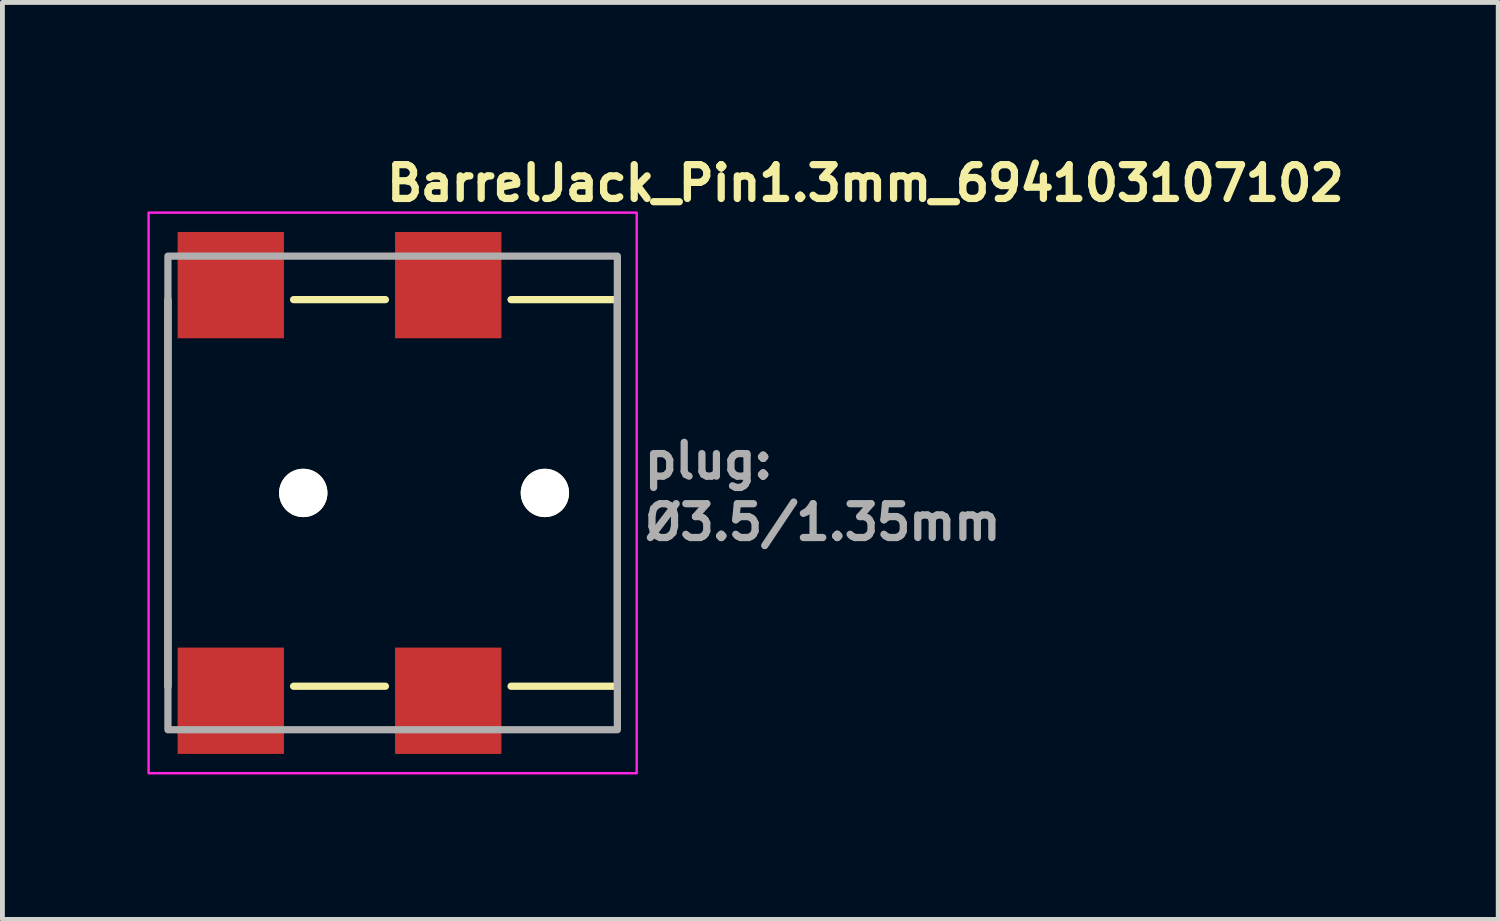
<source format=kicad_pcb>
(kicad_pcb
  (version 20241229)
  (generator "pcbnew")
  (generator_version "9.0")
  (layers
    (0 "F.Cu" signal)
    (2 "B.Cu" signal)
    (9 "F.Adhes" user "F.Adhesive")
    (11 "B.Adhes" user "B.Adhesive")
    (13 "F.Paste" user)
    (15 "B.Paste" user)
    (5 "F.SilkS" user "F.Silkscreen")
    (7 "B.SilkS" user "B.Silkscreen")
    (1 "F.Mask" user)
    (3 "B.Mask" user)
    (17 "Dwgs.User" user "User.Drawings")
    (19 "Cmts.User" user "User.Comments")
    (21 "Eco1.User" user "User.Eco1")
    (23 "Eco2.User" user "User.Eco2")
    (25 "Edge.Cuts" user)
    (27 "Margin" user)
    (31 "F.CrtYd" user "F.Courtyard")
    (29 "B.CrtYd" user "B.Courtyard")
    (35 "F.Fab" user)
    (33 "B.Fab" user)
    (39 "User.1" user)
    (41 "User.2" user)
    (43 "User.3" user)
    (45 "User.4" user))
  (footprint "BarrelJack_Pin1.3mm_694103107102"
    (layer "F.Cu")
    (at 4.875 7.15)
    (property "Reference" "BarrelJack_Pin1.3mm_694103107102" (at 0 -6 0) (layer "F.SilkS") (effects (font (size 0.7 0.7) (thickness 0.15)) (justify left bottom)))
    (attr smd)
    (fp_line (start -4.45 4) (end -4.45 -4) (stroke (width 0.15) (type solid)) (layer "F.SilkS"))
    (fp_line (start 0.05 -4) (end -1.85 -4) (stroke (width 0.15) (type solid)) (layer "F.SilkS"))
    (fp_line (start 0.05 4) (end -1.85 4) (stroke (width 0.15) (type solid)) (layer "F.SilkS"))
    (fp_line (start 2.65 -4) (end 4.85 -4) (stroke (width 0.15) (type solid)) (layer "F.SilkS"))
    (fp_line (start 2.65 4) (end 4.85 4) (stroke (width 0.15) (type solid)) (layer "F.SilkS"))
    (fp_line (start 4.85 -4) (end 4.85 4) (stroke (width 0.15) (type solid)) (layer "F.SilkS"))
    (fp_rect (start -4.85 5.8) (end 5.25 -5.8) (stroke (width 0.05) (type solid)) (fill no) (layer "F.CrtYd"))
    (fp_rect (start -4.45 4.9) (end 4.85 -4.9) (stroke (width 0.15) (type solid)) (fill no) (layer "F.Fab"))
    (fp_rect (start -4.45 4.9) (end 4.85 -4.9) (stroke (width 0.1) (type solid)) (fill no) (layer "User.5"))
    (fp_line (start -4.45 4) (end -4.45 -4) (stroke (width 0.02) (type solid)) (layer "User.9"))
    (fp_line (start -3.993 -4.008) (end -3.999 -4) (stroke (width 0.02) (type solid)) (layer "User.9"))
    (fp_line (start -3.988 -4.016) (end -3.993 -4.008) (stroke (width 0.02) (type solid)) (layer "User.9"))
    (fp_line (start -3.982 -4.025) (end -3.988 -4.016) (stroke (width 0.02) (type solid)) (layer "User.9"))
    (fp_line (start -3.978 -4.034) (end -3.982 -4.025) (stroke (width 0.02) (type solid)) (layer "User.9"))
    (fp_line (start -3.973 -4.042) (end -3.978 -4.034) (stroke (width 0.02) (type solid)) (layer "User.9"))
    (fp_line (start -3.969 -4.051) (end -3.973 -4.042) (stroke (width 0.02) (type solid)) (layer "User.9"))
    (fp_line (start -3.966 -4.061) (end -3.969 -4.051) (stroke (width 0.02) (type solid)) (layer "User.9"))
    (fp_line (start -3.963 -4.07) (end -3.966 -4.061) (stroke (width 0.02) (type solid)) (layer "User.9"))
    (fp_line (start -3.96 -4.079) (end -3.963 -4.07) (stroke (width 0.02) (type solid)) (layer "User.9"))
    (fp_line (start -3.957 -4.089) (end -3.96 -4.079) (stroke (width 0.02) (type solid)) (layer "User.9"))
    (fp_line (start -3.955 -4.098) (end -3.957 -4.089) (stroke (width 0.02) (type solid)) (layer "User.9"))
    (fp_line (start -3.953 -4.108) (end -3.955 -4.098) (stroke (width 0.02) (type solid)) (layer "User.9"))
    (fp_line (start -3.952 -4.118) (end -3.953 -4.108) (stroke (width 0.02) (type solid)) (layer "User.9"))
    (fp_line (start -3.951 -4.128) (end -3.952 -4.118) (stroke (width 0.02) (type solid)) (layer "User.9"))
    (fp_line (start -3.95 -4.81) (end -3.949 -4.815) (stroke (width 0.02) (type solid)) (layer "User.9"))
    (fp_line (start -3.95 -4.805) (end -3.95 -4.81) (stroke (width 0.02) (type solid)) (layer "User.9"))
    (fp_line (start -3.95 -4.8) (end -3.95 -4.805) (stroke (width 0.02) (type solid)) (layer "User.9"))
    (fp_line (start -3.95 -4.8) (end -3.95 -4.148) (stroke (width 0.02) (type solid)) (layer "User.9"))
    (fp_line (start -3.95 -4.148) (end -3.95 -4.138) (stroke (width 0.02) (type solid)) (layer "User.9"))
    (fp_line (start -3.95 -4.138) (end -3.951 -4.128) (stroke (width 0.02) (type solid)) (layer "User.9"))
    (fp_line (start -3.95 4) (end -3.95 4.01) (stroke (width 0.02) (type solid)) (layer "User.9"))
    (fp_line (start -3.95 4.01) (end -3.95 4.8) (stroke (width 0.02) (type solid)) (layer "User.9"))
    (fp_line (start -3.95 4.805) (end -3.95 4.8) (stroke (width 0.02) (type solid)) (layer "User.9"))
    (fp_line (start -3.95 4.81) (end -3.95 4.805) (stroke (width 0.02) (type solid)) (layer "User.9"))
    (fp_line (start -3.949 -4.815) (end -3.948 -4.82) (stroke (width 0.02) (type solid)) (layer "User.9"))
    (fp_line (start -3.949 4.815) (end -3.95 4.81) (stroke (width 0.02) (type solid)) (layer "User.9"))
    (fp_line (start -3.948 -4.82) (end -3.947 -4.824) (stroke (width 0.02) (type solid)) (layer "User.9"))
    (fp_line (start -3.948 4.82) (end -3.949 4.815) (stroke (width 0.02) (type solid)) (layer "User.9"))
    (fp_line (start -3.947 -4.824) (end -3.946 -4.829) (stroke (width 0.02) (type solid)) (layer "User.9"))
    (fp_line (start -3.947 4.824) (end -3.948 4.82) (stroke (width 0.02) (type solid)) (layer "User.9"))
    (fp_line (start -3.946 -4.829) (end -3.944 -4.834) (stroke (width 0.02) (type solid)) (layer "User.9"))
    (fp_line (start -3.946 4.829) (end -3.947 4.824) (stroke (width 0.02) (type solid)) (layer "User.9"))
    (fp_line (start -3.944 -4.834) (end -3.942 -4.838) (stroke (width 0.02) (type solid)) (layer "User.9"))
    (fp_line (start -3.944 4.834) (end -3.946 4.829) (stroke (width 0.02) (type solid)) (layer "User.9"))
    (fp_line (start -3.942 -4.838) (end -3.94 -4.843) (stroke (width 0.02) (type solid)) (layer "User.9"))
    (fp_line (start -3.942 4.838) (end -3.944 4.834) (stroke (width 0.02) (type solid)) (layer "User.9"))
    (fp_line (start -3.94 -4.843) (end -3.938 -4.847) (stroke (width 0.02) (type solid)) (layer "User.9"))
    (fp_line (start -3.94 4.843) (end -3.942 4.838) (stroke (width 0.02) (type solid)) (layer "User.9"))
    (fp_line (start -3.938 -4.847) (end -3.936 -4.851) (stroke (width 0.02) (type solid)) (layer "User.9"))
    (fp_line (start -3.938 4.847) (end -3.94 4.843) (stroke (width 0.02) (type solid)) (layer "User.9"))
    (fp_line (start -3.936 -4.851) (end -3.933 -4.855) (stroke (width 0.02) (type solid)) (layer "User.9"))
    (fp_line (start -3.936 4.851) (end -3.938 4.847) (stroke (width 0.02) (type solid)) (layer "User.9"))
    (fp_line (start -3.933 -4.855) (end -3.93 -4.859) (stroke (width 0.02) (type solid)) (layer "User.9"))
    (fp_line (start -3.933 4.855) (end -3.936 4.851) (stroke (width 0.02) (type solid)) (layer "User.9"))
    (fp_line (start -3.93 -4.859) (end -3.927 -4.863) (stroke (width 0.02) (type solid)) (layer "User.9"))
    (fp_line (start -3.93 4.859) (end -3.933 4.855) (stroke (width 0.02) (type solid)) (layer "User.9"))
    (fp_line (start -3.927 -4.863) (end -3.924 -4.867) (stroke (width 0.02) (type solid)) (layer "User.9"))
    (fp_line (start -3.927 4.863) (end -3.93 4.859) (stroke (width 0.02) (type solid)) (layer "User.9"))
    (fp_line (start -3.924 -4.867) (end -3.921 -4.871) (stroke (width 0.02) (type solid)) (layer "User.9"))
    (fp_line (start -3.924 4.867) (end -3.927 4.863) (stroke (width 0.02) (type solid)) (layer "User.9"))
    (fp_line (start -3.921 -4.871) (end -3.921 -4.871) (stroke (width 0.02) (type solid)) (layer "User.9"))
    (fp_line (start -3.921 -4.871) (end -3.917 -4.874) (stroke (width 0.02) (type solid)) (layer "User.9"))
    (fp_line (start -3.921 4.871) (end -3.924 4.867) (stroke (width 0.02) (type solid)) (layer "User.9"))
    (fp_line (start -3.921 4.871) (end -3.921 4.871) (stroke (width 0.02) (type solid)) (layer "User.9"))
    (fp_line (start -3.917 -4.874) (end -3.913 -4.877) (stroke (width 0.02) (type solid)) (layer "User.9"))
    (fp_line (start -3.917 4.874) (end -3.921 4.871) (stroke (width 0.02) (type solid)) (layer "User.9"))
    (fp_line (start -3.913 -4.877) (end -3.909 -4.88) (stroke (width 0.02) (type solid)) (layer "User.9"))
    (fp_line (start -3.913 4.877) (end -3.917 4.874) (stroke (width 0.02) (type solid)) (layer "User.9"))
    (fp_line (start -3.909 -4.88) (end -3.905 -4.883) (stroke (width 0.02) (type solid)) (layer "User.9"))
    (fp_line (start -3.909 4.88) (end -3.913 4.877) (stroke (width 0.02) (type solid)) (layer "User.9"))
    (fp_line (start -3.905 -4.883) (end -3.901 -4.886) (stroke (width 0.02) (type solid)) (layer "User.9"))
    (fp_line (start -3.905 4.883) (end -3.909 4.88) (stroke (width 0.02) (type solid)) (layer "User.9"))
    (fp_line (start -3.901 -4.886) (end -3.897 -4.888) (stroke (width 0.02) (type solid)) (layer "User.9"))
    (fp_line (start -3.901 4.886) (end -3.905 4.883) (stroke (width 0.02) (type solid)) (layer "User.9"))
    (fp_line (start -3.897 -4.888) (end -3.893 -4.89) (stroke (width 0.02) (type solid)) (layer "User.9"))
    (fp_line (start -3.897 4.888) (end -3.901 4.886) (stroke (width 0.02) (type solid)) (layer "User.9"))
    (fp_line (start -3.893 -4.89) (end -3.888 -4.892) (stroke (width 0.02) (type solid)) (layer "User.9"))
    (fp_line (start -3.893 4.89) (end -3.897 4.888) (stroke (width 0.02) (type solid)) (layer "User.9"))
    (fp_line (start -3.888 -4.892) (end -3.884 -4.894) (stroke (width 0.02) (type solid)) (layer "User.9"))
    (fp_line (start -3.888 4.892) (end -3.893 4.89) (stroke (width 0.02) (type solid)) (layer "User.9"))
    (fp_line (start -3.884 -4.894) (end -3.879 -4.896) (stroke (width 0.02) (type solid)) (layer "User.9"))
    (fp_line (start -3.884 4.894) (end -3.888 4.892) (stroke (width 0.02) (type solid)) (layer "User.9"))
    (fp_line (start -3.879 -4.896) (end -3.874 -4.897) (stroke (width 0.02) (type solid)) (layer "User.9"))
    (fp_line (start -3.879 4.896) (end -3.884 4.894) (stroke (width 0.02) (type solid)) (layer "User.9"))
    (fp_line (start -3.874 -4.897) (end -3.87 -4.898) (stroke (width 0.02) (type solid)) (layer "User.9"))
    (fp_line (start -3.874 4.897) (end -3.879 4.896) (stroke (width 0.02) (type solid)) (layer "User.9"))
    (fp_line (start -3.87 -4.898) (end -3.865 -4.899) (stroke (width 0.02) (type solid)) (layer "User.9"))
    (fp_line (start -3.87 4.898) (end -3.874 4.897) (stroke (width 0.02) (type solid)) (layer "User.9"))
    (fp_line (start -3.865 -4.899) (end -3.86 -4.9) (stroke (width 0.02) (type solid)) (layer "User.9"))
    (fp_line (start -3.865 4.899) (end -3.87 4.898) (stroke (width 0.02) (type solid)) (layer "User.9"))
    (fp_line (start -3.86 -4.9) (end -3.855 -4.9) (stroke (width 0.02) (type solid)) (layer "User.9"))
    (fp_line (start -3.86 4.9) (end -3.865 4.899) (stroke (width 0.02) (type solid)) (layer "User.9"))
    (fp_line (start -3.855 -4.9) (end -3.85 -4.9) (stroke (width 0.02) (type solid)) (layer "User.9"))
    (fp_line (start -3.855 4.9) (end -3.86 4.9) (stroke (width 0.02) (type solid)) (layer "User.9"))
    (fp_line (start -3.85 4.9) (end -3.855 4.9) (stroke (width 0.02) (type solid)) (layer "User.9"))
    (fp_line (start -3.742 -4.9) (end -3.85 -4.9) (stroke (width 0.02) (type solid)) (layer "User.9"))
    (fp_line (start -3.742 -4.9) (end -3.737 -4.9) (stroke (width 0.02) (type solid)) (layer "User.9"))
    (fp_line (start -3.742 4.9) (end -3.85 4.9) (stroke (width 0.02) (type solid)) (layer "User.9"))
    (fp_line (start -3.737 -4.9) (end -3.733 -4.9) (stroke (width 0.02) (type solid)) (layer "User.9"))
    (fp_line (start -3.737 4.9) (end -3.742 4.9) (stroke (width 0.02) (type solid)) (layer "User.9"))
    (fp_line (start -3.733 -4.9) (end -3.728 -4.899) (stroke (width 0.02) (type solid)) (layer "User.9"))
    (fp_line (start -3.733 4.9) (end -3.737 4.9) (stroke (width 0.02) (type solid)) (layer "User.9"))
    (fp_line (start -3.728 -4.899) (end -3.724 -4.898) (stroke (width 0.02) (type solid)) (layer "User.9"))
    (fp_line (start -3.728 4.899) (end -3.733 4.9) (stroke (width 0.02) (type solid)) (layer "User.9"))
    (fp_line (start -3.724 -4.898) (end -3.719 -4.898) (stroke (width 0.02) (type solid)) (layer "User.9"))
    (fp_line (start -3.724 4.898) (end -3.728 4.899) (stroke (width 0.02) (type solid)) (layer "User.9"))
    (fp_line (start -3.719 -4.898) (end -3.715 -4.896) (stroke (width 0.02) (type solid)) (layer "User.9"))
    (fp_line (start -3.719 4.898) (end -3.724 4.898) (stroke (width 0.02) (type solid)) (layer "User.9"))
    (fp_line (start -3.715 -4.896) (end -3.711 -4.895) (stroke (width 0.02) (type solid)) (layer "User.9"))
    (fp_line (start -3.715 4.896) (end -3.719 4.898) (stroke (width 0.02) (type solid)) (layer "User.9"))
    (fp_line (start -3.711 -4.895) (end -3.707 -4.894) (stroke (width 0.02) (type solid)) (layer "User.9"))
    (fp_line (start -3.711 4.895) (end -3.715 4.896) (stroke (width 0.02) (type solid)) (layer "User.9"))
    (fp_line (start -3.707 -4.894) (end -3.703 -4.892) (stroke (width 0.02) (type solid)) (layer "User.9"))
    (fp_line (start -3.707 4.894) (end -3.711 4.895) (stroke (width 0.02) (type solid)) (layer "User.9"))
    (fp_line (start -3.703 -4.892) (end -3.699 -4.89) (stroke (width 0.02) (type solid)) (layer "User.9"))
    (fp_line (start -3.703 4.892) (end -3.707 4.894) (stroke (width 0.02) (type solid)) (layer "User.9"))
    (fp_line (start -3.699 -4.89) (end -3.695 -4.888) (stroke (width 0.02) (type solid)) (layer "User.9"))
    (fp_line (start -3.699 4.89) (end -3.703 4.892) (stroke (width 0.02) (type solid)) (layer "User.9"))
    (fp_line (start -3.695 -4.888) (end -3.691 -4.886) (stroke (width 0.02) (type solid)) (layer "User.9"))
    (fp_line (start -3.695 4.888) (end -3.699 4.89) (stroke (width 0.02) (type solid)) (layer "User.9"))
    (fp_line (start -3.691 -4.886) (end -3.687 -4.884) (stroke (width 0.02) (type solid)) (layer "User.9"))
    (fp_line (start -3.691 4.886) (end -3.695 4.888) (stroke (width 0.02) (type solid)) (layer "User.9"))
    (fp_line (start -3.687 -4.884) (end -3.684 -4.882) (stroke (width 0.02) (type solid)) (layer "User.9"))
    (fp_line (start -3.687 4.884) (end -3.691 4.886) (stroke (width 0.02) (type solid)) (layer "User.9"))
    (fp_line (start -3.684 -4.882) (end -3.68 -4.879) (stroke (width 0.02) (type solid)) (layer "User.9"))
    (fp_line (start -3.684 4.882) (end -3.687 4.884) (stroke (width 0.02) (type solid)) (layer "User.9"))
    (fp_line (start -3.68 -4.879) (end -3.677 -4.876) (stroke (width 0.02) (type solid)) (layer "User.9"))
    (fp_line (start -3.68 4.879) (end -3.684 4.882) (stroke (width 0.02) (type solid)) (layer "User.9"))
    (fp_line (start -3.677 -4.876) (end -3.674 -4.874) (stroke (width 0.02) (type solid)) (layer "User.9"))
    (fp_line (start -3.677 4.876) (end -3.68 4.879) (stroke (width 0.02) (type solid)) (layer "User.9"))
    (fp_line (start -3.674 -4.874) (end -3.671 -4.871) (stroke (width 0.02) (type solid)) (layer "User.9"))
    (fp_line (start -3.674 4.874) (end -3.677 4.876) (stroke (width 0.02) (type solid)) (layer "User.9"))
    (fp_line (start -3.671 -4.871) (end -3.668 -4.867) (stroke (width 0.02) (type solid)) (layer "User.9"))
    (fp_line (start -3.671 4.871) (end -3.674 4.874) (stroke (width 0.02) (type solid)) (layer "User.9"))
    (fp_line (start -3.668 -4.867) (end -3.665 -4.864) (stroke (width 0.02) (type solid)) (layer "User.9"))
    (fp_line (start -3.668 4.867) (end -3.671 4.871) (stroke (width 0.02) (type solid)) (layer "User.9"))
    (fp_line (start -3.665 -4.864) (end -3.662 -4.861) (stroke (width 0.02) (type solid)) (layer "User.9"))
    (fp_line (start -3.665 4.864) (end -3.668 4.867) (stroke (width 0.02) (type solid)) (layer "User.9"))
    (fp_line (start -3.662 -4.861) (end -3.66 -4.857) (stroke (width 0.02) (type solid)) (layer "User.9"))
    (fp_line (start -3.662 4.861) (end -3.665 4.864) (stroke (width 0.02) (type solid)) (layer "User.9"))
    (fp_line (start -3.66 -4.857) (end -3.657 -4.854) (stroke (width 0.02) (type solid)) (layer "User.9"))
    (fp_line (start -3.66 4.857) (end -3.662 4.861) (stroke (width 0.02) (type solid)) (layer "User.9"))
    (fp_line (start -3.657 -4.854) (end -3.655 -4.85) (stroke (width 0.02) (type solid)) (layer "User.9"))
    (fp_line (start -3.657 4.854) (end -3.66 4.857) (stroke (width 0.02) (type solid)) (layer "User.9"))
    (fp_line (start -3.655 -4.85) (end -3.653 -4.846) (stroke (width 0.02) (type solid)) (layer "User.9"))
    (fp_line (start -3.655 4.85) (end -3.657 4.854) (stroke (width 0.02) (type solid)) (layer "User.9"))
    (fp_line (start -3.653 -4.846) (end -3.651 -4.842) (stroke (width 0.02) (type solid)) (layer "User.9"))
    (fp_line (start -3.653 4.846) (end -3.655 4.85) (stroke (width 0.02) (type solid)) (layer "User.9"))
    (fp_line (start -3.651 -4.842) (end -3.649 -4.838) (stroke (width 0.02) (type solid)) (layer "User.9"))
    (fp_line (start -3.651 4.842) (end -3.653 4.846) (stroke (width 0.02) (type solid)) (layer "User.9"))
    (fp_line (start -3.649 -4.838) (end -3.648 -4.834) (stroke (width 0.02) (type solid)) (layer "User.9"))
    (fp_line (start -3.649 4.838) (end -3.651 4.842) (stroke (width 0.02) (type solid)) (layer "User.9"))
    (fp_line (start -3.648 -4.834) (end -3.646 -4.83) (stroke (width 0.02) (type solid)) (layer "User.9"))
    (fp_line (start -3.648 4.834) (end -3.649 4.838) (stroke (width 0.02) (type solid)) (layer "User.9"))
    (fp_line (start -3.646 -4.83) (end -3.645 -4.826) (stroke (width 0.02) (type solid)) (layer "User.9"))
    (fp_line (start -3.646 4.83) (end -3.648 4.834) (stroke (width 0.02) (type solid)) (layer "User.9"))
    (fp_line (start -3.645 -4.826) (end -3.644 -4.821) (stroke (width 0.02) (type solid)) (layer "User.9"))
    (fp_line (start -3.645 4.826) (end -3.646 4.83) (stroke (width 0.02) (type solid)) (layer "User.9"))
    (fp_line (start -3.644 -4.821) (end -3.643 -4.817) (stroke (width 0.02) (type solid)) (layer "User.9"))
    (fp_line (start -3.644 4.821) (end -3.645 4.826) (stroke (width 0.02) (type solid)) (layer "User.9"))
    (fp_line (start -3.643 -4.817) (end -3.639 -4.794) (stroke (width 0.02) (type solid)) (layer "User.9"))
    (fp_line (start -3.643 4.817) (end -3.644 4.821) (stroke (width 0.02) (type solid)) (layer "User.9"))
    (fp_line (start -3.643 4.817) (end -3.639 4.794) (stroke (width 0.02) (type solid)) (layer "User.9"))
    (fp_line (start -3.639 -4.794) (end -3.633 -4.772) (stroke (width 0.02) (type solid)) (layer "User.9"))
    (fp_line (start -3.639 4.794) (end -3.633 4.772) (stroke (width 0.02) (type solid)) (layer "User.9"))
    (fp_line (start -3.633 -4.772) (end -3.627 -4.751) (stroke (width 0.02) (type solid)) (layer "User.9"))
    (fp_line (start -3.633 4.772) (end -3.627 4.751) (stroke (width 0.02) (type solid)) (layer "User.9"))
    (fp_line (start -3.627 -4.751) (end -3.62 -4.73) (stroke (width 0.02) (type solid)) (layer "User.9"))
    (fp_line (start -3.627 4.751) (end -3.62 4.73) (stroke (width 0.02) (type solid)) (layer "User.9"))
    (fp_line (start -3.62 -4.73) (end -3.612 -4.709) (stroke (width 0.02) (type solid)) (layer "User.9"))
    (fp_line (start -3.62 4.73) (end -3.612 4.709) (stroke (width 0.02) (type solid)) (layer "User.9"))
    (fp_line (start -3.612 -4.709) (end -3.603 -4.689) (stroke (width 0.02) (type solid)) (layer "User.9"))
    (fp_line (start -3.612 4.709) (end -3.603 4.689) (stroke (width 0.02) (type solid)) (layer "User.9"))
    (fp_line (start -3.603 -4.689) (end -3.594 -4.669) (stroke (width 0.02) (type solid)) (layer "User.9"))
    (fp_line (start -3.603 4.689) (end -3.594 4.669) (stroke (width 0.02) (type solid)) (layer "User.9"))
    (fp_line (start -3.594 -4.669) (end -3.583 -4.65) (stroke (width 0.02) (type solid)) (layer "User.9"))
    (fp_line (start -3.594 4.669) (end -3.583 4.65) (stroke (width 0.02) (type solid)) (layer "User.9"))
    (fp_line (start -3.583 -4.65) (end -3.572 -4.631) (stroke (width 0.02) (type solid)) (layer "User.9"))
    (fp_line (start -3.583 4.65) (end -3.572 4.631) (stroke (width 0.02) (type solid)) (layer "User.9"))
    (fp_line (start -3.572 -4.631) (end -3.56 -4.613) (stroke (width 0.02) (type solid)) (layer "User.9"))
    (fp_line (start -3.572 4.631) (end -3.56 4.613) (stroke (width 0.02) (type solid)) (layer "User.9"))
    (fp_line (start -3.56 -4.613) (end -3.547 -4.596) (stroke (width 0.02) (type solid)) (layer "User.9"))
    (fp_line (start -3.56 4.613) (end -3.547 4.596) (stroke (width 0.02) (type solid)) (layer "User.9"))
    (fp_line (start -3.547 -4.596) (end -3.533 -4.579) (stroke (width 0.02) (type solid)) (layer "User.9"))
    (fp_line (start -3.547 4.596) (end -3.533 4.579) (stroke (width 0.02) (type solid)) (layer "User.9"))
    (fp_line (start -3.533 -4.579) (end -3.519 -4.563) (stroke (width 0.02) (type solid)) (layer "User.9"))
    (fp_line (start -3.533 4.579) (end -3.519 4.563) (stroke (width 0.02) (type solid)) (layer "User.9"))
    (fp_line (start -3.519 -4.563) (end -3.504 -4.547) (stroke (width 0.02) (type solid)) (layer "User.9"))
    (fp_line (start -3.519 4.563) (end -3.504 4.547) (stroke (width 0.02) (type solid)) (layer "User.9"))
    (fp_line (start -3.504 -4.547) (end -3.489 -4.532) (stroke (width 0.02) (type solid)) (layer "User.9"))
    (fp_line (start -3.504 4.547) (end -3.489 4.532) (stroke (width 0.02) (type solid)) (layer "User.9"))
    (fp_line (start -3.489 -4.532) (end -3.473 -4.518) (stroke (width 0.02) (type solid)) (layer "User.9"))
    (fp_line (start -3.489 4.532) (end -3.473 4.518) (stroke (width 0.02) (type solid)) (layer "User.9"))
    (fp_line (start -3.473 -4.518) (end -3.456 -4.505) (stroke (width 0.02) (type solid)) (layer "User.9"))
    (fp_line (start -3.473 4.518) (end -3.456 4.505) (stroke (width 0.02) (type solid)) (layer "User.9"))
    (fp_line (start -3.456 -4.505) (end -3.439 -4.492) (stroke (width 0.02) (type solid)) (layer "User.9"))
    (fp_line (start -3.456 4.505) (end -3.439 4.492) (stroke (width 0.02) (type solid)) (layer "User.9"))
    (fp_line (start -3.439 -4.492) (end -3.421 -4.48) (stroke (width 0.02) (type solid)) (layer "User.9"))
    (fp_line (start -3.439 4.492) (end -3.421 4.48) (stroke (width 0.02) (type solid)) (layer "User.9"))
    (fp_line (start -3.421 -4.48) (end -3.402 -4.468) (stroke (width 0.02) (type solid)) (layer "User.9"))
    (fp_line (start -3.421 4.48) (end -3.402 4.468) (stroke (width 0.02) (type solid)) (layer "User.9"))
    (fp_line (start -3.402 -4.468) (end -3.384 -4.458) (stroke (width 0.02) (type solid)) (layer "User.9"))
    (fp_line (start -3.402 4.468) (end -3.384 4.458) (stroke (width 0.02) (type solid)) (layer "User.9"))
    (fp_line (start -3.384 -4.458) (end -3.364 -4.448) (stroke (width 0.02) (type solid)) (layer "User.9"))
    (fp_line (start -3.384 4.458) (end -3.364 4.448) (stroke (width 0.02) (type solid)) (layer "User.9"))
    (fp_line (start -3.364 -4.448) (end -3.344 -4.439) (stroke (width 0.02) (type solid)) (layer "User.9"))
    (fp_line (start -3.364 4.448) (end -3.344 4.439) (stroke (width 0.02) (type solid)) (layer "User.9"))
    (fp_line (start -3.344 -4.439) (end -3.324 -4.431) (stroke (width 0.02) (type solid)) (layer "User.9"))
    (fp_line (start -3.344 4.439) (end -3.324 4.431) (stroke (width 0.02) (type solid)) (layer "User.9"))
    (fp_line (start -3.324 -4.431) (end -3.304 -4.424) (stroke (width 0.02) (type solid)) (layer "User.9"))
    (fp_line (start -3.324 4.431) (end -3.304 4.424) (stroke (width 0.02) (type solid)) (layer "User.9"))
    (fp_line (start -3.304 -4.424) (end -3.283 -4.418) (stroke (width 0.02) (type solid)) (layer "User.9"))
    (fp_line (start -3.304 4.424) (end -3.283 4.418) (stroke (width 0.02) (type solid)) (layer "User.9"))
    (fp_line (start -3.283 -4.418) (end -3.261 -4.412) (stroke (width 0.02) (type solid)) (layer "User.9"))
    (fp_line (start -3.283 4.418) (end -3.261 4.412) (stroke (width 0.02) (type solid)) (layer "User.9"))
    (fp_line (start -3.261 -4.412) (end -3.24 -4.408) (stroke (width 0.02) (type solid)) (layer "User.9"))
    (fp_line (start -3.261 4.412) (end -3.24 4.408) (stroke (width 0.02) (type solid)) (layer "User.9"))
    (fp_line (start -3.24 -4.408) (end -3.218 -4.405) (stroke (width 0.02) (type solid)) (layer "User.9"))
    (fp_line (start -3.24 4.408) (end -3.218 4.405) (stroke (width 0.02) (type solid)) (layer "User.9"))
    (fp_line (start -3.218 -4.405) (end -3.195 -4.402) (stroke (width 0.02) (type solid)) (layer "User.9"))
    (fp_line (start -3.218 4.405) (end -3.195 4.402) (stroke (width 0.02) (type solid)) (layer "User.9"))
    (fp_line (start -3.195 -4.402) (end -3.173 -4.4) (stroke (width 0.02) (type solid)) (layer "User.9"))
    (fp_line (start -3.195 4.402) (end -3.173 4.4) (stroke (width 0.02) (type solid)) (layer "User.9"))
    (fp_line (start -3.173 -4.4) (end -3.15 -4.4) (stroke (width 0.02) (type solid)) (layer "User.9"))
    (fp_line (start -3.173 4.4) (end -3.15 4.4) (stroke (width 0.02) (type solid)) (layer "User.9"))
    (fp_line (start -3.15 -4.4) (end -3.15 -4.4) (stroke (width 0.02) (type solid)) (layer "User.9"))
    (fp_line (start -3.15 -4.4) (end -3.127 -4.4) (stroke (width 0.02) (type solid)) (layer "User.9"))
    (fp_line (start -3.15 4.4) (end -3.15 4.4) (stroke (width 0.02) (type solid)) (layer "User.9"))
    (fp_line (start -3.15 4.4) (end -3.127 4.4) (stroke (width 0.02) (type solid)) (layer "User.9"))
    (fp_line (start -3.127 -4.4) (end -3.105 -4.402) (stroke (width 0.02) (type solid)) (layer "User.9"))
    (fp_line (start -3.127 4.4) (end -3.105 4.402) (stroke (width 0.02) (type solid)) (layer "User.9"))
    (fp_line (start -3.105 -4.402) (end -3.082 -4.405) (stroke (width 0.02) (type solid)) (layer "User.9"))
    (fp_line (start -3.105 4.402) (end -3.082 4.405) (stroke (width 0.02) (type solid)) (layer "User.9"))
    (fp_line (start -3.082 -4.405) (end -3.06 -4.408) (stroke (width 0.02) (type solid)) (layer "User.9"))
    (fp_line (start -3.082 4.405) (end -3.06 4.408) (stroke (width 0.02) (type solid)) (layer "User.9"))
    (fp_line (start -3.06 -4.408) (end -3.039 -4.412) (stroke (width 0.02) (type solid)) (layer "User.9"))
    (fp_line (start -3.06 4.408) (end -3.039 4.412) (stroke (width 0.02) (type solid)) (layer "User.9"))
    (fp_line (start -3.039 -4.412) (end -3.017 -4.418) (stroke (width 0.02) (type solid)) (layer "User.9"))
    (fp_line (start -3.039 4.412) (end -3.017 4.418) (stroke (width 0.02) (type solid)) (layer "User.9"))
    (fp_line (start -3.017 -4.418) (end -2.996 -4.424) (stroke (width 0.02) (type solid)) (layer "User.9"))
    (fp_line (start -3.017 4.418) (end -2.996 4.424) (stroke (width 0.02) (type solid)) (layer "User.9"))
    (fp_line (start -2.996 -4.424) (end -2.976 -4.431) (stroke (width 0.02) (type solid)) (layer "User.9"))
    (fp_line (start -2.996 4.424) (end -2.976 4.431) (stroke (width 0.02) (type solid)) (layer "User.9"))
    (fp_line (start -2.976 -4.431) (end -2.956 -4.439) (stroke (width 0.02) (type solid)) (layer "User.9"))
    (fp_line (start -2.976 4.431) (end -2.956 4.439) (stroke (width 0.02) (type solid)) (layer "User.9"))
    (fp_line (start -2.956 -4.439) (end -2.936 -4.448) (stroke (width 0.02) (type solid)) (layer "User.9"))
    (fp_line (start -2.956 4.439) (end -2.936 4.448) (stroke (width 0.02) (type solid)) (layer "User.9"))
    (fp_line (start -2.936 -4.448) (end -2.916 -4.458) (stroke (width 0.02) (type solid)) (layer "User.9"))
    (fp_line (start -2.936 4.448) (end -2.916 4.458) (stroke (width 0.02) (type solid)) (layer "User.9"))
    (fp_line (start -2.916 -4.458) (end -2.898 -4.468) (stroke (width 0.02) (type solid)) (layer "User.9"))
    (fp_line (start -2.916 4.458) (end -2.898 4.468) (stroke (width 0.02) (type solid)) (layer "User.9"))
    (fp_line (start -2.898 -4.468) (end -2.879 -4.48) (stroke (width 0.02) (type solid)) (layer "User.9"))
    (fp_line (start -2.898 4.468) (end -2.879 4.48) (stroke (width 0.02) (type solid)) (layer "User.9"))
    (fp_line (start -2.879 -4.48) (end -2.861 -4.492) (stroke (width 0.02) (type solid)) (layer "User.9"))
    (fp_line (start -2.879 4.48) (end -2.861 4.492) (stroke (width 0.02) (type solid)) (layer "User.9"))
    (fp_line (start -2.861 -4.492) (end -2.844 -4.505) (stroke (width 0.02) (type solid)) (layer "User.9"))
    (fp_line (start -2.861 4.492) (end -2.844 4.505) (stroke (width 0.02) (type solid)) (layer "User.9"))
    (fp_line (start -2.844 -4.505) (end -2.827 -4.518) (stroke (width 0.02) (type solid)) (layer "User.9"))
    (fp_line (start -2.844 4.505) (end -2.827 4.518) (stroke (width 0.02) (type solid)) (layer "User.9"))
    (fp_line (start -2.827 -4.518) (end -2.811 -4.532) (stroke (width 0.02) (type solid)) (layer "User.9"))
    (fp_line (start -2.827 4.518) (end -2.811 4.532) (stroke (width 0.02) (type solid)) (layer "User.9"))
    (fp_line (start -2.811 -4.532) (end -2.796 -4.547) (stroke (width 0.02) (type solid)) (layer "User.9"))
    (fp_line (start -2.811 4.532) (end -2.796 4.547) (stroke (width 0.02) (type solid)) (layer "User.9"))
    (fp_line (start -2.796 -4.547) (end -2.781 -4.563) (stroke (width 0.02) (type solid)) (layer "User.9"))
    (fp_line (start -2.796 4.547) (end -2.781 4.563) (stroke (width 0.02) (type solid)) (layer "User.9"))
    (fp_line (start -2.781 -4.563) (end -2.767 -4.579) (stroke (width 0.02) (type solid)) (layer "User.9"))
    (fp_line (start -2.781 4.563) (end -2.767 4.579) (stroke (width 0.02) (type solid)) (layer "User.9"))
    (fp_line (start -2.767 -4.579) (end -2.753 -4.596) (stroke (width 0.02) (type solid)) (layer "User.9"))
    (fp_line (start -2.767 4.579) (end -2.753 4.596) (stroke (width 0.02) (type solid)) (layer "User.9"))
    (fp_line (start -2.753 -4.596) (end -2.74 -4.613) (stroke (width 0.02) (type solid)) (layer "User.9"))
    (fp_line (start -2.753 4.596) (end -2.74 4.613) (stroke (width 0.02) (type solid)) (layer "User.9"))
    (fp_line (start -2.74 -4.613) (end -2.728 -4.631) (stroke (width 0.02) (type solid)) (layer "User.9"))
    (fp_line (start -2.74 4.613) (end -2.728 4.631) (stroke (width 0.02) (type solid)) (layer "User.9"))
    (fp_line (start -2.728 -4.631) (end -2.717 -4.65) (stroke (width 0.02) (type solid)) (layer "User.9"))
    (fp_line (start -2.728 4.631) (end -2.717 4.65) (stroke (width 0.02) (type solid)) (layer "User.9"))
    (fp_line (start -2.717 -4.65) (end -2.706 -4.669) (stroke (width 0.02) (type solid)) (layer "User.9"))
    (fp_line (start -2.717 4.65) (end -2.706 4.669) (stroke (width 0.02) (type solid)) (layer "User.9"))
    (fp_line (start -2.706 -4.669) (end -2.697 -4.689) (stroke (width 0.02) (type solid)) (layer "User.9"))
    (fp_line (start -2.706 4.669) (end -2.697 4.689) (stroke (width 0.02) (type solid)) (layer "User.9"))
    (fp_line (start -2.697 -4.689) (end -2.688 -4.709) (stroke (width 0.02) (type solid)) (layer "User.9"))
    (fp_line (start -2.697 4.689) (end -2.688 4.709) (stroke (width 0.02) (type solid)) (layer "User.9"))
    (fp_line (start -2.688 -4.709) (end -2.68 -4.73) (stroke (width 0.02) (type solid)) (layer "User.9"))
    (fp_line (start -2.688 4.709) (end -2.68 4.73) (stroke (width 0.02) (type solid)) (layer "User.9"))
    (fp_line (start -2.68 -4.73) (end -2.673 -4.751) (stroke (width 0.02) (type solid)) (layer "User.9"))
    (fp_line (start -2.68 4.73) (end -2.673 4.751) (stroke (width 0.02) (type solid)) (layer "User.9"))
    (fp_line (start -2.673 -4.751) (end -2.667 -4.772) (stroke (width 0.02) (type solid)) (layer "User.9"))
    (fp_line (start -2.673 4.751) (end -2.667 4.772) (stroke (width 0.02) (type solid)) (layer "User.9"))
    (fp_line (start -2.667 -4.772) (end -2.661 -4.794) (stroke (width 0.02) (type solid)) (layer "User.9"))
    (fp_line (start -2.667 4.772) (end -2.661 4.794) (stroke (width 0.02) (type solid)) (layer "User.9"))
    (fp_line (start -2.661 -4.794) (end -2.657 -4.817) (stroke (width 0.02) (type solid)) (layer "User.9"))
    (fp_line (start -2.661 4.794) (end -2.657 4.817) (stroke (width 0.02) (type solid)) (layer "User.9"))
    (fp_line (start -2.657 -4.817) (end -2.656 -4.821) (stroke (width 0.02) (type solid)) (layer "User.9"))
    (fp_line (start -2.656 -4.821) (end -2.655 -4.826) (stroke (width 0.02) (type solid)) (layer "User.9"))
    (fp_line (start -2.656 4.821) (end -2.657 4.817) (stroke (width 0.02) (type solid)) (layer "User.9"))
    (fp_line (start -2.655 -4.826) (end -2.654 -4.83) (stroke (width 0.02) (type solid)) (layer "User.9"))
    (fp_line (start -2.655 4.826) (end -2.656 4.821) (stroke (width 0.02) (type solid)) (layer "User.9"))
    (fp_line (start -2.654 -4.83) (end -2.652 -4.834) (stroke (width 0.02) (type solid)) (layer "User.9"))
    (fp_line (start -2.654 4.83) (end -2.655 4.826) (stroke (width 0.02) (type solid)) (layer "User.9"))
    (fp_line (start -2.652 -4.834) (end -2.651 -4.838) (stroke (width 0.02) (type solid)) (layer "User.9"))
    (fp_line (start -2.652 4.834) (end -2.654 4.83) (stroke (width 0.02) (type solid)) (layer "User.9"))
    (fp_line (start -2.651 -4.838) (end -2.649 -4.842) (stroke (width 0.02) (type solid)) (layer "User.9"))
    (fp_line (start -2.651 4.838) (end -2.652 4.834) (stroke (width 0.02) (type solid)) (layer "User.9"))
    (fp_line (start -2.649 -4.842) (end -2.647 -4.846) (stroke (width 0.02) (type solid)) (layer "User.9"))
    (fp_line (start -2.649 4.842) (end -2.651 4.838) (stroke (width 0.02) (type solid)) (layer "User.9"))
    (fp_line (start -2.647 -4.846) (end -2.645 -4.85) (stroke (width 0.02) (type solid)) (layer "User.9"))
    (fp_line (start -2.647 4.846) (end -2.649 4.842) (stroke (width 0.02) (type solid)) (layer "User.9"))
    (fp_line (start -2.645 -4.85) (end -2.643 -4.854) (stroke (width 0.02) (type solid)) (layer "User.9"))
    (fp_line (start -2.645 4.85) (end -2.647 4.846) (stroke (width 0.02) (type solid)) (layer "User.9"))
    (fp_line (start -2.643 -4.854) (end -2.64 -4.857) (stroke (width 0.02) (type solid)) (layer "User.9"))
    (fp_line (start -2.643 4.854) (end -2.645 4.85) (stroke (width 0.02) (type solid)) (layer "User.9"))
    (fp_line (start -2.64 -4.857) (end -2.638 -4.861) (stroke (width 0.02) (type solid)) (layer "User.9"))
    (fp_line (start -2.64 4.857) (end -2.643 4.854) (stroke (width 0.02) (type solid)) (layer "User.9"))
    (fp_line (start -2.638 -4.861) (end -2.635 -4.864) (stroke (width 0.02) (type solid)) (layer "User.9"))
    (fp_line (start -2.638 4.861) (end -2.64 4.857) (stroke (width 0.02) (type solid)) (layer "User.9"))
    (fp_line (start -2.635 -4.864) (end -2.632 -4.867) (stroke (width 0.02) (type solid)) (layer "User.9"))
    (fp_line (start -2.635 4.864) (end -2.638 4.861) (stroke (width 0.02) (type solid)) (layer "User.9"))
    (fp_line (start -2.632 -4.867) (end -2.629 -4.871) (stroke (width 0.02) (type solid)) (layer "User.9"))
    (fp_line (start -2.632 4.867) (end -2.635 4.864) (stroke (width 0.02) (type solid)) (layer "User.9"))
    (fp_line (start -2.629 -4.871) (end -2.626 -4.874) (stroke (width 0.02) (type solid)) (layer "User.9"))
    (fp_line (start -2.629 4.871) (end -2.632 4.867) (stroke (width 0.02) (type solid)) (layer "User.9"))
    (fp_line (start -2.626 -4.874) (end -2.623 -4.876) (stroke (width 0.02) (type solid)) (layer "User.9"))
    (fp_line (start -2.626 4.874) (end -2.629 4.871) (stroke (width 0.02) (type solid)) (layer "User.9"))
    (fp_line (start -2.623 -4.876) (end -2.62 -4.879) (stroke (width 0.02) (type solid)) (layer "User.9"))
    (fp_line (start -2.623 4.876) (end -2.626 4.874) (stroke (width 0.02) (type solid)) (layer "User.9"))
    (fp_line (start -2.62 -4.879) (end -2.616 -4.882) (stroke (width 0.02) (type solid)) (layer "User.9"))
    (fp_line (start -2.62 4.879) (end -2.623 4.876) (stroke (width 0.02) (type solid)) (layer "User.9"))
    (fp_line (start -2.616 -4.882) (end -2.613 -4.884) (stroke (width 0.02) (type solid)) (layer "User.9"))
    (fp_line (start -2.616 4.882) (end -2.62 4.879) (stroke (width 0.02) (type solid)) (layer "User.9"))
    (fp_line (start -2.613 -4.884) (end -2.609 -4.886) (stroke (width 0.02) (type solid)) (layer "User.9"))
    (fp_line (start -2.613 4.884) (end -2.616 4.882) (stroke (width 0.02) (type solid)) (layer "User.9"))
    (fp_line (start -2.609 -4.886) (end -2.605 -4.888) (stroke (width 0.02) (type solid)) (layer "User.9"))
    (fp_line (start -2.609 4.886) (end -2.613 4.884) (stroke (width 0.02) (type solid)) (layer "User.9"))
    (fp_line (start -2.605 -4.888) (end -2.601 -4.89) (stroke (width 0.02) (type solid)) (layer "User.9"))
    (fp_line (start -2.605 4.888) (end -2.609 4.886) (stroke (width 0.02) (type solid)) (layer "User.9"))
    (fp_line (start -2.601 -4.89) (end -2.597 -4.892) (stroke (width 0.02) (type solid)) (layer "User.9"))
    (fp_line (start -2.601 4.89) (end -2.605 4.888) (stroke (width 0.02) (type solid)) (layer "User.9"))
    (fp_line (start -2.597 -4.892) (end -2.593 -4.894) (stroke (width 0.02) (type solid)) (layer "User.9"))
    (fp_line (start -2.597 4.892) (end -2.601 4.89) (stroke (width 0.02) (type solid)) (layer "User.9"))
    (fp_line (start -2.593 -4.894) (end -2.589 -4.895) (stroke (width 0.02) (type solid)) (layer "User.9"))
    (fp_line (start -2.593 4.894) (end -2.597 4.892) (stroke (width 0.02) (type solid)) (layer "User.9"))
    (fp_line (start -2.589 -4.895) (end -2.585 -4.896) (stroke (width 0.02) (type solid)) (layer "User.9"))
    (fp_line (start -2.589 4.895) (end -2.593 4.894) (stroke (width 0.02) (type solid)) (layer "User.9"))
    (fp_line (start -2.585 -4.896) (end -2.581 -4.898) (stroke (width 0.02) (type solid)) (layer "User.9"))
    (fp_line (start -2.585 4.896) (end -2.589 4.895) (stroke (width 0.02) (type solid)) (layer "User.9"))
    (fp_line (start -2.581 -4.898) (end -2.576 -4.898) (stroke (width 0.02) (type solid)) (layer "User.9"))
    (fp_line (start -2.581 4.898) (end -2.585 4.896) (stroke (width 0.02) (type solid)) (layer "User.9"))
    (fp_line (start -2.576 -4.898) (end -2.572 -4.899) (stroke (width 0.02) (type solid)) (layer "User.9"))
    (fp_line (start -2.576 4.898) (end -2.581 4.898) (stroke (width 0.02) (type solid)) (layer "User.9"))
    (fp_line (start -2.572 -4.899) (end -2.567 -4.9) (stroke (width 0.02) (type solid)) (layer "User.9"))
    (fp_line (start -2.572 4.899) (end -2.576 4.898) (stroke (width 0.02) (type solid)) (layer "User.9"))
    (fp_line (start -2.567 -4.9) (end -2.563 -4.9) (stroke (width 0.02) (type solid)) (layer "User.9"))
    (fp_line (start -2.567 4.9) (end -2.572 4.899) (stroke (width 0.02) (type solid)) (layer "User.9"))
    (fp_line (start -2.563 -4.9) (end -2.558 -4.9) (stroke (width 0.02) (type solid)) (layer "User.9"))
    (fp_line (start -2.563 4.9) (end -2.567 4.9) (stroke (width 0.02) (type solid)) (layer "User.9"))
    (fp_line (start -2.558 4.9) (end -2.563 4.9) (stroke (width 0.02) (type solid)) (layer "User.9"))
    (fp_line (start -2.45 -4.9) (end -2.558 -4.9) (stroke (width 0.02) (type solid)) (layer "User.9"))
    (fp_line (start -2.45 -4.9) (end -2.445 -4.9) (stroke (width 0.02) (type solid)) (layer "User.9"))
    (fp_line (start -2.45 4.9) (end -2.558 4.9) (stroke (width 0.02) (type solid)) (layer "User.9"))
    (fp_line (start -2.445 -4.9) (end -2.44 -4.9) (stroke (width 0.02) (type solid)) (layer "User.9"))
    (fp_line (start -2.445 4.9) (end -2.45 4.9) (stroke (width 0.02) (type solid)) (layer "User.9"))
    (fp_line (start -2.44 -4.9) (end -2.435 -4.899) (stroke (width 0.02) (type solid)) (layer "User.9"))
    (fp_line (start -2.44 4.9) (end -2.445 4.9) (stroke (width 0.02) (type solid)) (layer "User.9"))
    (fp_line (start -2.435 -4.899) (end -2.43 -4.898) (stroke (width 0.02) (type solid)) (layer "User.9"))
    (fp_line (start -2.435 4.899) (end -2.44 4.9) (stroke (width 0.02) (type solid)) (layer "User.9"))
    (fp_line (start -2.43 -4.898) (end -2.426 -4.897) (stroke (width 0.02) (type solid)) (layer "User.9"))
    (fp_line (start -2.43 4.898) (end -2.435 4.899) (stroke (width 0.02) (type solid)) (layer "User.9"))
    (fp_line (start -2.426 -4.897) (end -2.421 -4.896) (stroke (width 0.02) (type solid)) (layer "User.9"))
    (fp_line (start -2.426 4.897) (end -2.43 4.898) (stroke (width 0.02) (type solid)) (layer "User.9"))
    (fp_line (start -2.421 -4.896) (end -2.416 -4.894) (stroke (width 0.02) (type solid)) (layer "User.9"))
    (fp_line (start -2.421 4.896) (end -2.426 4.897) (stroke (width 0.02) (type solid)) (layer "User.9"))
    (fp_line (start -2.416 -4.894) (end -2.412 -4.892) (stroke (width 0.02) (type solid)) (layer "User.9"))
    (fp_line (start -2.416 4.894) (end -2.421 4.896) (stroke (width 0.02) (type solid)) (layer "User.9"))
    (fp_line (start -2.412 -4.892) (end -2.407 -4.89) (stroke (width 0.02) (type solid)) (layer "User.9"))
    (fp_line (start -2.412 4.892) (end -2.416 4.894) (stroke (width 0.02) (type solid)) (layer "User.9"))
    (fp_line (start -2.407 -4.89) (end -2.403 -4.888) (stroke (width 0.02) (type solid)) (layer "User.9"))
    (fp_line (start -2.407 4.89) (end -2.412 4.892) (stroke (width 0.02) (type solid)) (layer "User.9"))
    (fp_line (start -2.403 -4.888) (end -2.399 -4.886) (stroke (width 0.02) (type solid)) (layer "User.9"))
    (fp_line (start -2.403 4.888) (end -2.407 4.89) (stroke (width 0.02) (type solid)) (layer "User.9"))
    (fp_line (start -2.399 -4.886) (end -2.395 -4.883) (stroke (width 0.02) (type solid)) (layer "User.9"))
    (fp_line (start -2.399 4.886) (end -2.403 4.888) (stroke (width 0.02) (type solid)) (layer "User.9"))
    (fp_line (start -2.395 -4.883) (end -2.391 -4.88) (stroke (width 0.02) (type solid)) (layer "User.9"))
    (fp_line (start -2.395 4.883) (end -2.399 4.886) (stroke (width 0.02) (type solid)) (layer "User.9"))
    (fp_line (start -2.393 -4.008) (end -2.399 -4) (stroke (width 0.02) (type solid)) (layer "User.9"))
    (fp_line (start -2.391 -4.88) (end -2.387 -4.877) (stroke (width 0.02) (type solid)) (layer "User.9"))
    (fp_line (start -2.391 4.88) (end -2.395 4.883) (stroke (width 0.02) (type solid)) (layer "User.9"))
    (fp_line (start -2.388 -4.016) (end -2.393 -4.008) (stroke (width 0.02) (type solid)) (layer "User.9"))
    (fp_line (start -2.387 -4.877) (end -2.383 -4.874) (stroke (width 0.02) (type solid)) (layer "User.9"))
    (fp_line (start -2.387 4.877) (end -2.391 4.88) (stroke (width 0.02) (type solid)) (layer "User.9"))
    (fp_line (start -2.383 -4.874) (end -2.379 -4.871) (stroke (width 0.02) (type solid)) (layer "User.9"))
    (fp_line (start -2.383 4.874) (end -2.387 4.877) (stroke (width 0.02) (type solid)) (layer "User.9"))
    (fp_line (start -2.382 -4.025) (end -2.388 -4.016) (stroke (width 0.02) (type solid)) (layer "User.9"))
    (fp_line (start -2.379 -4.871) (end -2.379 -4.871) (stroke (width 0.02) (type solid)) (layer "User.9"))
    (fp_line (start -2.379 -4.871) (end -2.376 -4.867) (stroke (width 0.02) (type solid)) (layer "User.9"))
    (fp_line (start -2.379 4.871) (end -2.383 4.874) (stroke (width 0.02) (type solid)) (layer "User.9"))
    (fp_line (start -2.379 4.871) (end -2.379 4.871) (stroke (width 0.02) (type solid)) (layer "User.9"))
    (fp_line (start -2.378 -4.034) (end -2.382 -4.025) (stroke (width 0.02) (type solid)) (layer "User.9"))
    (fp_line (start -2.376 -4.867) (end -2.373 -4.863) (stroke (width 0.02) (type solid)) (layer "User.9"))
    (fp_line (start -2.376 4.867) (end -2.379 4.871) (stroke (width 0.02) (type solid)) (layer "User.9"))
    (fp_line (start -2.373 -4.863) (end -2.37 -4.859) (stroke (width 0.02) (type solid)) (layer "User.9"))
    (fp_line (start -2.373 -4.042) (end -2.378 -4.034) (stroke (width 0.02) (type solid)) (layer "User.9"))
    (fp_line (start -2.373 4.863) (end -2.376 4.867) (stroke (width 0.02) (type solid)) (layer "User.9"))
    (fp_line (start -2.37 -4.859) (end -2.367 -4.855) (stroke (width 0.02) (type solid)) (layer "User.9"))
    (fp_line (start -2.37 4.859) (end -2.373 4.863) (stroke (width 0.02) (type solid)) (layer "User.9"))
    (fp_line (start -2.369 -4.051) (end -2.373 -4.042) (stroke (width 0.02) (type solid)) (layer "User.9"))
    (fp_line (start -2.367 -4.855) (end -2.364 -4.851) (stroke (width 0.02) (type solid)) (layer "User.9"))
    (fp_line (start -2.367 4.855) (end -2.37 4.859) (stroke (width 0.02) (type solid)) (layer "User.9"))
    (fp_line (start -2.366 -4.061) (end -2.369 -4.051) (stroke (width 0.02) (type solid)) (layer "User.9"))
    (fp_line (start -2.364 -4.851) (end -2.362 -4.847) (stroke (width 0.02) (type solid)) (layer "User.9"))
    (fp_line (start -2.364 4.851) (end -2.367 4.855) (stroke (width 0.02) (type solid)) (layer "User.9"))
    (fp_line (start -2.363 -4.07) (end -2.366 -4.061) (stroke (width 0.02) (type solid)) (layer "User.9"))
    (fp_line (start -2.362 -4.847) (end -2.36 -4.843) (stroke (width 0.02) (type solid)) (layer "User.9"))
    (fp_line (start -2.362 4.847) (end -2.364 4.851) (stroke (width 0.02) (type solid)) (layer "User.9"))
    (fp_line (start -2.36 -4.843) (end -2.358 -4.838) (stroke (width 0.02) (type solid)) (layer "User.9"))
    (fp_line (start -2.36 -4.079) (end -2.363 -4.07) (stroke (width 0.02) (type solid)) (layer "User.9"))
    (fp_line (start -2.36 4.843) (end -2.362 4.847) (stroke (width 0.02) (type solid)) (layer "User.9"))
    (fp_line (start -2.358 -4.838) (end -2.356 -4.834) (stroke (width 0.02) (type solid)) (layer "User.9"))
    (fp_line (start -2.358 4.838) (end -2.36 4.843) (stroke (width 0.02) (type solid)) (layer "User.9"))
    (fp_line (start -2.357 -4.089) (end -2.36 -4.079) (stroke (width 0.02) (type solid)) (layer "User.9"))
    (fp_line (start -2.356 -4.834) (end -2.354 -4.829) (stroke (width 0.02) (type solid)) (layer "User.9"))
    (fp_line (start -2.356 4.834) (end -2.358 4.838) (stroke (width 0.02) (type solid)) (layer "User.9"))
    (fp_line (start -2.355 -4.098) (end -2.357 -4.089) (stroke (width 0.02) (type solid)) (layer "User.9"))
    (fp_line (start -2.354 -4.829) (end -2.353 -4.824) (stroke (width 0.02) (type solid)) (layer "User.9"))
    (fp_line (start -2.354 4.829) (end -2.356 4.834) (stroke (width 0.02) (type solid)) (layer "User.9"))
    (fp_line (start -2.353 -4.824) (end -2.352 -4.82) (stroke (width 0.02) (type solid)) (layer "User.9"))
    (fp_line (start -2.353 -4.108) (end -2.355 -4.098) (stroke (width 0.02) (type solid)) (layer "User.9"))
    (fp_line (start -2.353 4.824) (end -2.354 4.829) (stroke (width 0.02) (type solid)) (layer "User.9"))
    (fp_line (start -2.352 -4.82) (end -2.351 -4.815) (stroke (width 0.02) (type solid)) (layer "User.9"))
    (fp_line (start -2.352 -4.118) (end -2.353 -4.108) (stroke (width 0.02) (type solid)) (layer "User.9"))
    (fp_line (start -2.352 4.82) (end -2.353 4.824) (stroke (width 0.02) (type solid)) (layer "User.9"))
    (fp_line (start -2.351 -4.815) (end -2.35 -4.81) (stroke (width 0.02) (type solid)) (layer "User.9"))
    (fp_line (start -2.351 -4.128) (end -2.352 -4.118) (stroke (width 0.02) (type solid)) (layer "User.9"))
    (fp_line (start -2.351 4.815) (end -2.352 4.82) (stroke (width 0.02) (type solid)) (layer "User.9"))
    (fp_line (start -2.35 -4.81) (end -2.35 -4.805) (stroke (width 0.02) (type solid)) (layer "User.9"))
    (fp_line (start -2.35 -4.805) (end -2.35 -4.8) (stroke (width 0.02) (type solid)) (layer "User.9"))
    (fp_line (start -2.35 -4.148) (end -2.35 -4.8) (stroke (width 0.02) (type solid)) (layer "User.9"))
    (fp_line (start -2.35 -4.148) (end -2.35 -4.138) (stroke (width 0.02) (type solid)) (layer "User.9"))
    (fp_line (start -2.35 -4.138) (end -2.351 -4.128) (stroke (width 0.02) (type solid)) (layer "User.9"))
    (fp_line (start -2.35 4) (end -2.35 4.01) (stroke (width 0.02) (type solid)) (layer "User.9"))
    (fp_line (start -2.35 4.01) (end -2.35 4.8) (stroke (width 0.02) (type solid)) (layer "User.9"))
    (fp_line (start -2.35 4.8) (end -2.35 4.805) (stroke (width 0.02) (type solid)) (layer "User.9"))
    (fp_line (start -2.35 4.805) (end -2.35 4.81) (stroke (width 0.02) (type solid)) (layer "User.9"))
    (fp_line (start -2.35 4.81) (end -2.351 4.815) (stroke (width 0.02) (type solid)) (layer "User.9"))
    (fp_line (start 0.55 -4.81) (end 0.551 -4.815) (stroke (width 0.02) (type solid)) (layer "User.9"))
    (fp_line (start 0.55 -4.805) (end 0.55 -4.81) (stroke (width 0.02) (type solid)) (layer "User.9"))
    (fp_line (start 0.55 -4.8) (end 0.55 -4.805) (stroke (width 0.02) (type solid)) (layer "User.9"))
    (fp_line (start 0.55 -4) (end 0.55 -4.8) (stroke (width 0.02) (type solid)) (layer "User.9"))
    (fp_line (start 0.55 4) (end 0.55 4.01) (stroke (width 0.02) (type solid)) (layer "User.9"))
    (fp_line (start 0.55 4.01) (end 0.55 4.8) (stroke (width 0.02) (type solid)) (layer "User.9"))
    (fp_line (start 0.55 4.805) (end 0.55 4.8) (stroke (width 0.02) (type solid)) (layer "User.9"))
    (fp_line (start 0.55 4.81) (end 0.55 4.805) (stroke (width 0.02) (type solid)) (layer "User.9"))
    (fp_line (start 0.551 -4.815) (end 0.552 -4.82) (stroke (width 0.02) (type solid)) (layer "User.9"))
    (fp_line (start 0.551 4.815) (end 0.55 4.81) (stroke (width 0.02) (type solid)) (layer "User.9"))
    (fp_line (start 0.552 -4.82) (end 0.553 -4.824) (stroke (width 0.02) (type solid)) (layer "User.9"))
    (fp_line (start 0.552 4.82) (end 0.551 4.815) (stroke (width 0.02) (type solid)) (layer "User.9"))
    (fp_line (start 0.553 -4.824) (end 0.554 -4.829) (stroke (width 0.02) (type solid)) (layer "User.9"))
    (fp_line (start 0.553 4.824) (end 0.552 4.82) (stroke (width 0.02) (type solid)) (layer "User.9"))
    (fp_line (start 0.554 -4.829) (end 0.556 -4.834) (stroke (width 0.02) (type solid)) (layer "User.9"))
    (fp_line (start 0.554 4.829) (end 0.553 4.824) (stroke (width 0.02) (type solid)) (layer "User.9"))
    (fp_line (start 0.556 -4.834) (end 0.558 -4.838) (stroke (width 0.02) (type solid)) (layer "User.9"))
    (fp_line (start 0.556 4.834) (end 0.554 4.829) (stroke (width 0.02) (type solid)) (layer "User.9"))
    (fp_line (start 0.558 -4.838) (end 0.56 -4.843) (stroke (width 0.02) (type solid)) (layer "User.9"))
    (fp_line (start 0.558 4.838) (end 0.556 4.834) (stroke (width 0.02) (type solid)) (layer "User.9"))
    (fp_line (start 0.56 -4.843) (end 0.562 -4.847) (stroke (width 0.02) (type solid)) (layer "User.9"))
    (fp_line (start 0.56 4.843) (end 0.558 4.838) (stroke (width 0.02) (type solid)) (layer "User.9"))
    (fp_line (start 0.562 -4.847) (end 0.564 -4.851) (stroke (width 0.02) (type solid)) (layer "User.9"))
    (fp_line (start 0.562 4.847) (end 0.56 4.843) (stroke (width 0.02) (type solid)) (layer "User.9"))
    (fp_line (start 0.564 -4.851) (end 0.567 -4.855) (stroke (width 0.02) (type solid)) (layer "User.9"))
    (fp_line (start 0.564 4.851) (end 0.562 4.847) (stroke (width 0.02) (type solid)) (layer "User.9"))
    (fp_line (start 0.567 -4.855) (end 0.57 -4.859) (stroke (width 0.02) (type solid)) (layer "User.9"))
    (fp_line (start 0.567 4.855) (end 0.564 4.851) (stroke (width 0.02) (type solid)) (layer "User.9"))
    (fp_line (start 0.57 -4.859) (end 0.573 -4.863) (stroke (width 0.02) (type solid)) (layer "User.9"))
    (fp_line (start 0.57 4.859) (end 0.567 4.855) (stroke (width 0.02) (type solid)) (layer "User.9"))
    (fp_line (start 0.573 -4.863) (end 0.576 -4.867) (stroke (width 0.02) (type solid)) (layer "User.9"))
    (fp_line (start 0.573 4.863) (end 0.57 4.859) (stroke (width 0.02) (type solid)) (layer "User.9"))
    (fp_line (start 0.576 -4.867) (end 0.579 -4.871) (stroke (width 0.02) (type solid)) (layer "User.9"))
    (fp_line (start 0.576 4.867) (end 0.573 4.863) (stroke (width 0.02) (type solid)) (layer "User.9"))
    (fp_line (start 0.579 -4.871) (end 0.579 -4.871) (stroke (width 0.02) (type solid)) (layer "User.9"))
    (fp_line (start 0.579 -4.871) (end 0.583 -4.874) (stroke (width 0.02) (type solid)) (layer "User.9"))
    (fp_line (start 0.579 4.871) (end 0.576 4.867) (stroke (width 0.02) (type solid)) (layer "User.9"))
    (fp_line (start 0.579 4.871) (end 0.579 4.871) (stroke (width 0.02) (type solid)) (layer "User.9"))
    (fp_line (start 0.583 -4.874) (end 0.587 -4.877) (stroke (width 0.02) (type solid)) (layer "User.9"))
    (fp_line (start 0.583 4.874) (end 0.579 4.871) (stroke (width 0.02) (type solid)) (layer "User.9"))
    (fp_line (start 0.587 -4.877) (end 0.591 -4.88) (stroke (width 0.02) (type solid)) (layer "User.9"))
    (fp_line (start 0.587 4.877) (end 0.583 4.874) (stroke (width 0.02) (type solid)) (layer "User.9"))
    (fp_line (start 0.591 -4.88) (end 0.595 -4.883) (stroke (width 0.02) (type solid)) (layer "User.9"))
    (fp_line (start 0.591 4.88) (end 0.587 4.877) (stroke (width 0.02) (type solid)) (layer "User.9"))
    (fp_line (start 0.595 -4.883) (end 0.599 -4.886) (stroke (width 0.02) (type solid)) (layer "User.9"))
    (fp_line (start 0.595 4.883) (end 0.591 4.88) (stroke (width 0.02) (type solid)) (layer "User.9"))
    (fp_line (start 0.599 -4.886) (end 0.603 -4.888) (stroke (width 0.02) (type solid)) (layer "User.9"))
    (fp_line (start 0.599 4.886) (end 0.595 4.883) (stroke (width 0.02) (type solid)) (layer "User.9"))
    (fp_line (start 0.603 -4.888) (end 0.607 -4.89) (stroke (width 0.02) (type solid)) (layer "User.9"))
    (fp_line (start 0.603 4.888) (end 0.599 4.886) (stroke (width 0.02) (type solid)) (layer "User.9"))
    (fp_line (start 0.607 -4.89) (end 0.612 -4.892) (stroke (width 0.02) (type solid)) (layer "User.9"))
    (fp_line (start 0.607 4.89) (end 0.603 4.888) (stroke (width 0.02) (type solid)) (layer "User.9"))
    (fp_line (start 0.612 -4.892) (end 0.616 -4.894) (stroke (width 0.02) (type solid)) (layer "User.9"))
    (fp_line (start 0.612 4.892) (end 0.607 4.89) (stroke (width 0.02) (type solid)) (layer "User.9"))
    (fp_line (start 0.616 -4.894) (end 0.621 -4.896) (stroke (width 0.02) (type solid)) (layer "User.9"))
    (fp_line (start 0.616 4.894) (end 0.612 4.892) (stroke (width 0.02) (type solid)) (layer "User.9"))
    (fp_line (start 0.621 -4.896) (end 0.626 -4.897) (stroke (width 0.02) (type solid)) (layer "User.9"))
    (fp_line (start 0.621 4.896) (end 0.616 4.894) (stroke (width 0.02) (type solid)) (layer "User.9"))
    (fp_line (start 0.626 -4.897) (end 0.63 -4.898) (stroke (width 0.02) (type solid)) (layer "User.9"))
    (fp_line (start 0.626 4.897) (end 0.621 4.896) (stroke (width 0.02) (type solid)) (layer "User.9"))
    (fp_line (start 0.63 -4.898) (end 0.635 -4.899) (stroke (width 0.02) (type solid)) (layer "User.9"))
    (fp_line (start 0.63 4.898) (end 0.626 4.897) (stroke (width 0.02) (type solid)) (layer "User.9"))
    (fp_line (start 0.635 -4.899) (end 0.64 -4.9) (stroke (width 0.02) (type solid)) (layer "User.9"))
    (fp_line (start 0.635 4.899) (end 0.63 4.898) (stroke (width 0.02) (type solid)) (layer "User.9"))
    (fp_line (start 0.64 -4.9) (end 0.645 -4.9) (stroke (width 0.02) (type solid)) (layer "User.9"))
    (fp_line (start 0.64 4.9) (end 0.635 4.899) (stroke (width 0.02) (type solid)) (layer "User.9"))
    (fp_line (start 0.645 -4.9) (end 0.65 -4.9) (stroke (width 0.02) (type solid)) (layer "User.9"))
    (fp_line (start 0.645 4.9) (end 0.64 4.9) (stroke (width 0.02) (type solid)) (layer "User.9"))
    (fp_line (start 0.65 -4.9) (end 0.758 -4.9) (stroke (width 0.02) (type solid)) (layer "User.9"))
    (fp_line (start 0.65 4.9) (end 0.645 4.9) (stroke (width 0.02) (type solid)) (layer "User.9"))
    (fp_line (start 0.758 -4.9) (end 0.763 -4.9) (stroke (width 0.02) (type solid)) (layer "User.9"))
    (fp_line (start 0.758 4.9) (end 0.65 4.9) (stroke (width 0.02) (type solid)) (layer "User.9"))
    (fp_line (start 0.763 -4.9) (end 0.767 -4.9) (stroke (width 0.02) (type solid)) (layer "User.9"))
    (fp_line (start 0.763 4.9) (end 0.758 4.9) (stroke (width 0.02) (type solid)) (layer "User.9"))
    (fp_line (start 0.767 -4.9) (end 0.772 -4.899) (stroke (width 0.02) (type solid)) (layer "User.9"))
    (fp_line (start 0.767 4.9) (end 0.763 4.9) (stroke (width 0.02) (type solid)) (layer "User.9"))
    (fp_line (start 0.772 -4.899) (end 0.776 -4.898) (stroke (width 0.02) (type solid)) (layer "User.9"))
    (fp_line (start 0.772 4.899) (end 0.767 4.9) (stroke (width 0.02) (type solid)) (layer "User.9"))
    (fp_line (start 0.776 -4.898) (end 0.781 -4.898) (stroke (width 0.02) (type solid)) (layer "User.9"))
    (fp_line (start 0.776 4.898) (end 0.772 4.899) (stroke (width 0.02) (type solid)) (layer "User.9"))
    (fp_line (start 0.781 -4.898) (end 0.785 -4.896) (stroke (width 0.02) (type solid)) (layer "User.9"))
    (fp_line (start 0.781 4.898) (end 0.776 4.898) (stroke (width 0.02) (type solid)) (layer "User.9"))
    (fp_line (start 0.785 -4.896) (end 0.789 -4.895) (stroke (width 0.02) (type solid)) (layer "User.9"))
    (fp_line (start 0.785 4.896) (end 0.781 4.898) (stroke (width 0.02) (type solid)) (layer "User.9"))
    (fp_line (start 0.789 -4.895) (end 0.793 -4.894) (stroke (width 0.02) (type solid)) (layer "User.9"))
    (fp_line (start 0.789 4.895) (end 0.785 4.896) (stroke (width 0.02) (type solid)) (layer "User.9"))
    (fp_line (start 0.793 -4.894) (end 0.797 -4.892) (stroke (width 0.02) (type solid)) (layer "User.9"))
    (fp_line (start 0.793 4.894) (end 0.789 4.895) (stroke (width 0.02) (type solid)) (layer "User.9"))
    (fp_line (start 0.797 -4.892) (end 0.801 -4.89) (stroke (width 0.02) (type solid)) (layer "User.9"))
    (fp_line (start 0.797 4.892) (end 0.793 4.894) (stroke (width 0.02) (type solid)) (layer "User.9"))
    (fp_line (start 0.801 -4.89) (end 0.805 -4.888) (stroke (width 0.02) (type solid)) (layer "User.9"))
    (fp_line (start 0.801 4.89) (end 0.797 4.892) (stroke (width 0.02) (type solid)) (layer "User.9"))
    (fp_line (start 0.805 -4.888) (end 0.809 -4.886) (stroke (width 0.02) (type solid)) (layer "User.9"))
    (fp_line (start 0.805 4.888) (end 0.801 4.89) (stroke (width 0.02) (type solid)) (layer "User.9"))
    (fp_line (start 0.809 -4.886) (end 0.813 -4.884) (stroke (width 0.02) (type solid)) (layer "User.9"))
    (fp_line (start 0.809 4.886) (end 0.805 4.888) (stroke (width 0.02) (type solid)) (layer "User.9"))
    (fp_line (start 0.813 -4.884) (end 0.816 -4.882) (stroke (width 0.02) (type solid)) (layer "User.9"))
    (fp_line (start 0.813 4.884) (end 0.809 4.886) (stroke (width 0.02) (type solid)) (layer "User.9"))
    (fp_line (start 0.816 -4.882) (end 0.82 -4.879) (stroke (width 0.02) (type solid)) (layer "User.9"))
    (fp_line (start 0.816 4.882) (end 0.813 4.884) (stroke (width 0.02) (type solid)) (layer "User.9"))
    (fp_line (start 0.82 -4.879) (end 0.823 -4.876) (stroke (width 0.02) (type solid)) (layer "User.9"))
    (fp_line (start 0.82 4.879) (end 0.816 4.882) (stroke (width 0.02) (type solid)) (layer "User.9"))
    (fp_line (start 0.823 -4.876) (end 0.826 -4.874) (stroke (width 0.02) (type solid)) (layer "User.9"))
    (fp_line (start 0.823 4.876) (end 0.82 4.879) (stroke (width 0.02) (type solid)) (layer "User.9"))
    (fp_line (start 0.826 -4.874) (end 0.829 -4.871) (stroke (width 0.02) (type solid)) (layer "User.9"))
    (fp_line (start 0.826 4.874) (end 0.823 4.876) (stroke (width 0.02) (type solid)) (layer "User.9"))
    (fp_line (start 0.829 -4.871) (end 0.832 -4.867) (stroke (width 0.02) (type solid)) (layer "User.9"))
    (fp_line (start 0.829 4.871) (end 0.826 4.874) (stroke (width 0.02) (type solid)) (layer "User.9"))
    (fp_line (start 0.832 -4.867) (end 0.835 -4.864) (stroke (width 0.02) (type solid)) (layer "User.9"))
    (fp_line (start 0.832 4.867) (end 0.829 4.871) (stroke (width 0.02) (type solid)) (layer "User.9"))
    (fp_line (start 0.835 -4.864) (end 0.838 -4.861) (stroke (width 0.02) (type solid)) (layer "User.9"))
    (fp_line (start 0.835 4.864) (end 0.832 4.867) (stroke (width 0.02) (type solid)) (layer "User.9"))
    (fp_line (start 0.838 -4.861) (end 0.84 -4.857) (stroke (width 0.02) (type solid)) (layer "User.9"))
    (fp_line (start 0.838 4.861) (end 0.835 4.864) (stroke (width 0.02) (type solid)) (layer "User.9"))
    (fp_line (start 0.84 -4.857) (end 0.843 -4.854) (stroke (width 0.02) (type solid)) (layer "User.9"))
    (fp_line (start 0.84 4.857) (end 0.838 4.861) (stroke (width 0.02) (type solid)) (layer "User.9"))
    (fp_line (start 0.843 -4.854) (end 0.845 -4.85) (stroke (width 0.02) (type solid)) (layer "User.9"))
    (fp_line (start 0.843 4.854) (end 0.84 4.857) (stroke (width 0.02) (type solid)) (layer "User.9"))
    (fp_line (start 0.845 -4.85) (end 0.847 -4.846) (stroke (width 0.02) (type solid)) (layer "User.9"))
    (fp_line (start 0.845 4.85) (end 0.843 4.854) (stroke (width 0.02) (type solid)) (layer "User.9"))
    (fp_line (start 0.847 -4.846) (end 0.849 -4.842) (stroke (width 0.02) (type solid)) (layer "User.9"))
    (fp_line (start 0.847 4.846) (end 0.845 4.85) (stroke (width 0.02) (type solid)) (layer "User.9"))
    (fp_line (start 0.849 -4.842) (end 0.851 -4.838) (stroke (width 0.02) (type solid)) (layer "User.9"))
    (fp_line (start 0.849 4.842) (end 0.847 4.846) (stroke (width 0.02) (type solid)) (layer "User.9"))
    (fp_line (start 0.851 -4.838) (end 0.852 -4.834) (stroke (width 0.02) (type solid)) (layer "User.9"))
    (fp_line (start 0.851 4.838) (end 0.849 4.842) (stroke (width 0.02) (type solid)) (layer "User.9"))
    (fp_line (start 0.852 -4.834) (end 0.854 -4.83) (stroke (width 0.02) (type solid)) (layer "User.9"))
    (fp_line (start 0.852 4.834) (end 0.851 4.838) (stroke (width 0.02) (type solid)) (layer "User.9"))
    (fp_line (start 0.854 -4.83) (end 0.855 -4.826) (stroke (width 0.02) (type solid)) (layer "User.9"))
    (fp_line (start 0.854 4.83) (end 0.852 4.834) (stroke (width 0.02) (type solid)) (layer "User.9"))
    (fp_line (start 0.855 -4.826) (end 0.856 -4.821) (stroke (width 0.02) (type solid)) (layer "User.9"))
    (fp_line (start 0.855 4.826) (end 0.854 4.83) (stroke (width 0.02) (type solid)) (layer "User.9"))
    (fp_line (start 0.856 -4.821) (end 0.857 -4.817) (stroke (width 0.02) (type solid)) (layer "User.9"))
    (fp_line (start 0.856 4.821) (end 0.855 4.826) (stroke (width 0.02) (type solid)) (layer "User.9"))
    (fp_line (start 0.857 4.817) (end 0.856 4.821) (stroke (width 0.02) (type solid)) (layer "User.9"))
    (fp_line (start 0.857 4.817) (end 0.861 4.794) (stroke (width 0.02) (type solid)) (layer "User.9"))
    (fp_line (start 0.861 -4.794) (end 0.857 -4.817) (stroke (width 0.02) (type solid)) (layer "User.9"))
    (fp_line (start 0.861 4.794) (end 0.867 4.772) (stroke (width 0.02) (type solid)) (layer "User.9"))
    (fp_line (start 0.867 -4.772) (end 0.861 -4.794) (stroke (width 0.02) (type solid)) (layer "User.9"))
    (fp_line (start 0.867 4.772) (end 0.873 4.751) (stroke (width 0.02) (type solid)) (layer "User.9"))
    (fp_line (start 0.873 -4.751) (end 0.867 -4.772) (stroke (width 0.02) (type solid)) (layer "User.9"))
    (fp_line (start 0.873 4.751) (end 0.88 4.73) (stroke (width 0.02) (type solid)) (layer "User.9"))
    (fp_line (start 0.88 -4.73) (end 0.873 -4.751) (stroke (width 0.02) (type solid)) (layer "User.9"))
    (fp_line (start 0.88 4.73) (end 0.888 4.709) (stroke (width 0.02) (type solid)) (layer "User.9"))
    (fp_line (start 0.888 -4.709) (end 0.88 -4.73) (stroke (width 0.02) (type solid)) (layer "User.9"))
    (fp_line (start 0.888 4.709) (end 0.897 4.689) (stroke (width 0.02) (type solid)) (layer "User.9"))
    (fp_line (start 0.897 -4.689) (end 0.888 -4.709) (stroke (width 0.02) (type solid)) (layer "User.9"))
    (fp_line (start 0.897 4.689) (end 0.906 4.669) (stroke (width 0.02) (type solid)) (layer "User.9"))
    (fp_line (start 0.906 -4.669) (end 0.897 -4.689) (stroke (width 0.02) (type solid)) (layer "User.9"))
    (fp_line (start 0.906 4.669) (end 0.917 4.65) (stroke (width 0.02) (type solid)) (layer "User.9"))
    (fp_line (start 0.917 -4.65) (end 0.906 -4.669) (stroke (width 0.02) (type solid)) (layer "User.9"))
    (fp_line (start 0.917 4.65) (end 0.928 4.631) (stroke (width 0.02) (type solid)) (layer "User.9"))
    (fp_line (start 0.928 -4.631) (end 0.917 -4.65) (stroke (width 0.02) (type solid)) (layer "User.9"))
    (fp_line (start 0.928 4.631) (end 0.94 4.613) (stroke (width 0.02) (type solid)) (layer "User.9"))
    (fp_line (start 0.94 -4.613) (end 0.928 -4.631) (stroke (width 0.02) (type solid)) (layer "User.9"))
    (fp_line (start 0.94 4.613) (end 0.953 4.596) (stroke (width 0.02) (type solid)) (layer "User.9"))
    (fp_line (start 0.953 -4.596) (end 0.94 -4.613) (stroke (width 0.02) (type solid)) (layer "User.9"))
    (fp_line (start 0.953 4.596) (end 0.967 4.579) (stroke (width 0.02) (type solid)) (layer "User.9"))
    (fp_line (start 0.967 -4.579) (end 0.953 -4.596) (stroke (width 0.02) (type solid)) (layer "User.9"))
    (fp_line (start 0.967 4.579) (end 0.981 4.563) (stroke (width 0.02) (type solid)) (layer "User.9"))
    (fp_line (start 0.981 -4.563) (end 0.967 -4.579) (stroke (width 0.02) (type solid)) (layer "User.9"))
    (fp_line (start 0.981 4.563) (end 0.996 4.547) (stroke (width 0.02) (type solid)) (layer "User.9"))
    (fp_line (start 0.996 -4.547) (end 0.981 -4.563) (stroke (width 0.02) (type solid)) (layer "User.9"))
    (fp_line (start 0.996 4.547) (end 1.011 4.532) (stroke (width 0.02) (type solid)) (layer "User.9"))
    (fp_line (start 1.011 -4.532) (end 0.996 -4.547) (stroke (width 0.02) (type solid)) (layer "User.9"))
    (fp_line (start 1.011 4.532) (end 1.027 4.518) (stroke (width 0.02) (type solid)) (layer "User.9"))
    (fp_line (start 1.027 -4.518) (end 1.011 -4.532) (stroke (width 0.02) (type solid)) (layer "User.9"))
    (fp_line (start 1.027 4.518) (end 1.044 4.505) (stroke (width 0.02) (type solid)) (layer "User.9"))
    (fp_line (start 1.044 -4.505) (end 1.027 -4.518) (stroke (width 0.02) (type solid)) (layer "User.9"))
    (fp_line (start 1.044 4.505) (end 1.061 4.492) (stroke (width 0.02) (type solid)) (layer "User.9"))
    (fp_line (start 1.061 -4.492) (end 1.044 -4.505) (stroke (width 0.02) (type solid)) (layer "User.9"))
    (fp_line (start 1.061 4.492) (end 1.079 4.48) (stroke (width 0.02) (type solid)) (layer "User.9"))
    (fp_line (start 1.079 -4.48) (end 1.061 -4.492) (stroke (width 0.02) (type solid)) (layer "User.9"))
    (fp_line (start 1.079 4.48) (end 1.098 4.468) (stroke (width 0.02) (type solid)) (layer "User.9"))
    (fp_line (start 1.098 -4.468) (end 1.079 -4.48) (stroke (width 0.02) (type solid)) (layer "User.9"))
    (fp_line (start 1.098 4.468) (end 1.116 4.458) (stroke (width 0.02) (type solid)) (layer "User.9"))
    (fp_line (start 1.116 -4.458) (end 1.098 -4.468) (stroke (width 0.02) (type solid)) (layer "User.9"))
    (fp_line (start 1.116 4.458) (end 1.136 4.448) (stroke (width 0.02) (type solid)) (layer "User.9"))
    (fp_line (start 1.136 -4.448) (end 1.116 -4.458) (stroke (width 0.02) (type solid)) (layer "User.9"))
    (fp_line (start 1.136 4.448) (end 1.156 4.439) (stroke (width 0.02) (type solid)) (layer "User.9"))
    (fp_line (start 1.156 -4.439) (end 1.136 -4.448) (stroke (width 0.02) (type solid)) (layer "User.9"))
    (fp_line (start 1.156 4.439) (end 1.176 4.431) (stroke (width 0.02) (type solid)) (layer "User.9"))
    (fp_line (start 1.176 -4.431) (end 1.156 -4.439) (stroke (width 0.02) (type solid)) (layer "User.9"))
    (fp_line (start 1.176 4.431) (end 1.196 4.424) (stroke (width 0.02) (type solid)) (layer "User.9"))
    (fp_line (start 1.196 -4.424) (end 1.176 -4.431) (stroke (width 0.02) (type solid)) (layer "User.9"))
    (fp_line (start 1.196 4.424) (end 1.217 4.418) (stroke (width 0.02) (type solid)) (layer "User.9"))
    (fp_line (start 1.217 -4.418) (end 1.196 -4.424) (stroke (width 0.02) (type solid)) (layer "User.9"))
    (fp_line (start 1.217 4.418) (end 1.239 4.412) (stroke (width 0.02) (type solid)) (layer "User.9"))
    (fp_line (start 1.239 -4.412) (end 1.217 -4.418) (stroke (width 0.02) (type solid)) (layer "User.9"))
    (fp_line (start 1.239 4.412) (end 1.26 4.408) (stroke (width 0.02) (type solid)) (layer "User.9"))
    (fp_line (start 1.26 -4.408) (end 1.239 -4.412) (stroke (width 0.02) (type solid)) (layer "User.9"))
    (fp_line (start 1.26 4.408) (end 1.282 4.405) (stroke (width 0.02) (type solid)) (layer "User.9"))
    (fp_line (start 1.282 -4.405) (end 1.26 -4.408) (stroke (width 0.02) (type solid)) (layer "User.9"))
    (fp_line (start 1.282 4.405) (end 1.305 4.402) (stroke (width 0.02) (type solid)) (layer "User.9"))
    (fp_line (start 1.305 -4.402) (end 1.282 -4.405) (stroke (width 0.02) (type solid)) (layer "User.9"))
    (fp_line (start 1.305 4.402) (end 1.327 4.4) (stroke (width 0.02) (type solid)) (layer "User.9"))
    (fp_line (start 1.327 -4.4) (end 1.305 -4.402) (stroke (width 0.02) (type solid)) (layer "User.9"))
    (fp_line (start 1.327 4.4) (end 1.35 4.4) (stroke (width 0.02) (type solid)) (layer "User.9"))
    (fp_line (start 1.35 -4.4) (end 1.327 -4.4) (stroke (width 0.02) (type solid)) (layer "User.9"))
    (fp_line (start 1.35 -4.4) (end 1.35 -4.4) (stroke (width 0.02) (type solid)) (layer "User.9"))
    (fp_line (start 1.35 4.4) (end 1.35 4.4) (stroke (width 0.02) (type solid)) (layer "User.9"))
    (fp_line (start 1.35 4.4) (end 1.373 4.4) (stroke (width 0.02) (type solid)) (layer "User.9"))
    (fp_line (start 1.373 -4.4) (end 1.35 -4.4) (stroke (width 0.02) (type solid)) (layer "User.9"))
    (fp_line (start 1.373 4.4) (end 1.395 4.402) (stroke (width 0.02) (type solid)) (layer "User.9"))
    (fp_line (start 1.395 -4.402) (end 1.373 -4.4) (stroke (width 0.02) (type solid)) (layer "User.9"))
    (fp_line (start 1.395 4.402) (end 1.418 4.405) (stroke (width 0.02) (type solid)) (layer "User.9"))
    (fp_line (start 1.418 -4.405) (end 1.395 -4.402) (stroke (width 0.02) (type solid)) (layer "User.9"))
    (fp_line (start 1.418 4.405) (end 1.44 4.408) (stroke (width 0.02) (type solid)) (layer "User.9"))
    (fp_line (start 1.44 -4.408) (end 1.418 -4.405) (stroke (width 0.02) (type solid)) (layer "User.9"))
    (fp_line (start 1.44 4.408) (end 1.461 4.412) (stroke (width 0.02) (type solid)) (layer "User.9"))
    (fp_line (start 1.461 -4.412) (end 1.44 -4.408) (stroke (width 0.02) (type solid)) (layer "User.9"))
    (fp_line (start 1.461 4.412) (end 1.483 4.418) (stroke (width 0.02) (type solid)) (layer "User.9"))
    (fp_line (start 1.483 -4.418) (end 1.461 -4.412) (stroke (width 0.02) (type solid)) (layer "User.9"))
    (fp_line (start 1.483 4.418) (end 1.504 4.424) (stroke (width 0.02) (type solid)) (layer "User.9"))
    (fp_line (start 1.504 -4.424) (end 1.483 -4.418) (stroke (width 0.02) (type solid)) (layer "User.9"))
    (fp_line (start 1.504 4.424) (end 1.524 4.431) (stroke (width 0.02) (type solid)) (layer "User.9"))
    (fp_line (start 1.524 -4.431) (end 1.504 -4.424) (stroke (width 0.02) (type solid)) (layer "User.9"))
    (fp_line (start 1.524 4.431) (end 1.544 4.439) (stroke (width 0.02) (type solid)) (layer "User.9"))
    (fp_line (start 1.544 -4.439) (end 1.524 -4.431) (stroke (width 0.02) (type solid)) (layer "User.9"))
    (fp_line (start 1.544 4.439) (end 1.564 4.448) (stroke (width 0.02) (type solid)) (layer "User.9"))
    (fp_line (start 1.564 -4.448) (end 1.544 -4.439) (stroke (width 0.02) (type solid)) (layer "User.9"))
    (fp_line (start 1.564 4.448) (end 1.584 4.458) (stroke (width 0.02) (type solid)) (layer "User.9"))
    (fp_line (start 1.584 -4.458) (end 1.564 -4.448) (stroke (width 0.02) (type solid)) (layer "User.9"))
    (fp_line (start 1.584 4.458) (end 1.602 4.468) (stroke (width 0.02) (type solid)) (layer "User.9"))
    (fp_line (start 1.602 -4.468) (end 1.584 -4.458) (stroke (width 0.02) (type solid)) (layer "User.9"))
    (fp_line (start 1.602 4.468) (end 1.621 4.48) (stroke (width 0.02) (type solid)) (layer "User.9"))
    (fp_line (start 1.621 -4.48) (end 1.602 -4.468) (stroke (width 0.02) (type solid)) (layer "User.9"))
    (fp_line (start 1.621 4.48) (end 1.639 4.492) (stroke (width 0.02) (type solid)) (layer "User.9"))
    (fp_line (start 1.639 -4.492) (end 1.621 -4.48) (stroke (width 0.02) (type solid)) (layer "User.9"))
    (fp_line (start 1.639 4.492) (end 1.656 4.505) (stroke (width 0.02) (type solid)) (layer "User.9"))
    (fp_line (start 1.656 -4.505) (end 1.639 -4.492) (stroke (width 0.02) (type solid)) (layer "User.9"))
    (fp_line (start 1.656 4.505) (end 1.673 4.518) (stroke (width 0.02) (type solid)) (layer "User.9"))
    (fp_line (start 1.673 -4.518) (end 1.656 -4.505) (stroke (width 0.02) (type solid)) (layer "User.9"))
    (fp_line (start 1.673 4.518) (end 1.689 4.532) (stroke (width 0.02) (type solid)) (layer "User.9"))
    (fp_line (start 1.689 -4.532) (end 1.673 -4.518) (stroke (width 0.02) (type solid)) (layer "User.9"))
    (fp_line (start 1.689 4.532) (end 1.704 4.547) (stroke (width 0.02) (type solid)) (layer "User.9"))
    (fp_line (start 1.704 -4.547) (end 1.689 -4.532) (stroke (width 0.02) (type solid)) (layer "User.9"))
    (fp_line (start 1.704 4.547) (end 1.719 4.563) (stroke (width 0.02) (type solid)) (layer "User.9"))
    (fp_line (start 1.719 -4.563) (end 1.704 -4.547) (stroke (width 0.02) (type solid)) (layer "User.9"))
    (fp_line (start 1.719 4.563) (end 1.733 4.579) (stroke (width 0.02) (type solid)) (layer "User.9"))
    (fp_line (start 1.733 -4.579) (end 1.719 -4.563) (stroke (width 0.02) (type solid)) (layer "User.9"))
    (fp_line (start 1.733 4.579) (end 1.747 4.596) (stroke (width 0.02) (type solid)) (layer "User.9"))
    (fp_line (start 1.747 -4.596) (end 1.733 -4.579) (stroke (width 0.02) (type solid)) (layer "User.9"))
    (fp_line (start 1.747 4.596) (end 1.76 4.613) (stroke (width 0.02) (type solid)) (layer "User.9"))
    (fp_line (start 1.76 -4.613) (end 1.747 -4.596) (stroke (width 0.02) (type solid)) (layer "User.9"))
    (fp_line (start 1.76 4.613) (end 1.772 4.631) (stroke (width 0.02) (type solid)) (layer "User.9"))
    (fp_line (start 1.772 -4.631) (end 1.76 -4.613) (stroke (width 0.02) (type solid)) (layer "User.9"))
    (fp_line (start 1.772 4.631) (end 1.783 4.65) (stroke (width 0.02) (type solid)) (layer "User.9"))
    (fp_line (start 1.783 -4.65) (end 1.772 -4.631) (stroke (width 0.02) (type solid)) (layer "User.9"))
    (fp_line (start 1.783 4.65) (end 1.794 4.669) (stroke (width 0.02) (type solid)) (layer "User.9"))
    (fp_line (start 1.794 -4.669) (end 1.783 -4.65) (stroke (width 0.02) (type solid)) (layer "User.9"))
    (fp_line (start 1.794 4.669) (end 1.803 4.689) (stroke (width 0.02) (type solid)) (layer "User.9"))
    (fp_line (start 1.803 -4.689) (end 1.794 -4.669) (stroke (width 0.02) (type solid)) (layer "User.9"))
    (fp_line (start 1.803 4.689) (end 1.812 4.709) (stroke (width 0.02) (type solid)) (layer "User.9"))
    (fp_line (start 1.812 -4.709) (end 1.803 -4.689) (stroke (width 0.02) (type solid)) (layer "User.9"))
    (fp_line (start 1.812 4.709) (end 1.82 4.73) (stroke (width 0.02) (type solid)) (layer "User.9"))
    (fp_line (start 1.82 -4.73) (end 1.812 -4.709) (stroke (width 0.02) (type solid)) (layer "User.9"))
    (fp_line (start 1.82 4.73) (end 1.827 4.751) (stroke (width 0.02) (type solid)) (layer "User.9"))
    (fp_line (start 1.827 -4.751) (end 1.82 -4.73) (stroke (width 0.02) (type solid)) (layer "User.9"))
    (fp_line (start 1.827 4.751) (end 1.833 4.772) (stroke (width 0.02) (type solid)) (layer "User.9"))
    (fp_line (start 1.833 -4.772) (end 1.827 -4.751) (stroke (width 0.02) (type solid)) (layer "User.9"))
    (fp_line (start 1.833 4.772) (end 1.839 4.794) (stroke (width 0.02) (type solid)) (layer "User.9"))
    (fp_line (start 1.839 -4.794) (end 1.833 -4.772) (stroke (width 0.02) (type solid)) (layer "User.9"))
    (fp_line (start 1.839 4.794) (end 1.843 4.817) (stroke (width 0.02) (type solid)) (layer "User.9"))
    (fp_line (start 1.843 -4.817) (end 1.839 -4.794) (stroke (width 0.02) (type solid)) (layer "User.9"))
    (fp_line (start 1.843 -4.817) (end 1.844 -4.821) (stroke (width 0.02) (type solid)) (layer "User.9"))
    (fp_line (start 1.844 -4.821) (end 1.845 -4.826) (stroke (width 0.02) (type solid)) (layer "User.9"))
    (fp_line (start 1.844 4.821) (end 1.843 4.817) (stroke (width 0.02) (type solid)) (layer "User.9"))
    (fp_line (start 1.845 -4.826) (end 1.846 -4.83) (stroke (width 0.02) (type solid)) (layer "User.9"))
    (fp_line (start 1.845 4.826) (end 1.844 4.821) (stroke (width 0.02) (type solid)) (layer "User.9"))
    (fp_line (start 1.846 -4.83) (end 1.848 -4.834) (stroke (width 0.02) (type solid)) (layer "User.9"))
    (fp_line (start 1.846 4.83) (end 1.845 4.826) (stroke (width 0.02) (type solid)) (layer "User.9"))
    (fp_line (start 1.848 -4.834) (end 1.849 -4.838) (stroke (width 0.02) (type solid)) (layer "User.9"))
    (fp_line (start 1.848 4.834) (end 1.846 4.83) (stroke (width 0.02) (type solid)) (layer "User.9"))
    (fp_line (start 1.849 -4.838) (end 1.851 -4.842) (stroke (width 0.02) (type solid)) (layer "User.9"))
    (fp_line (start 1.849 4.838) (end 1.848 4.834) (stroke (width 0.02) (type solid)) (layer "User.9"))
    (fp_line (start 1.851 -4.842) (end 1.853 -4.846) (stroke (width 0.02) (type solid)) (layer "User.9"))
    (fp_line (start 1.851 4.842) (end 1.849 4.838) (stroke (width 0.02) (type solid)) (layer "User.9"))
    (fp_line (start 1.853 -4.846) (end 1.855 -4.85) (stroke (width 0.02) (type solid)) (layer "User.9"))
    (fp_line (start 1.853 4.846) (end 1.851 4.842) (stroke (width 0.02) (type solid)) (layer "User.9"))
    (fp_line (start 1.855 -4.85) (end 1.857 -4.854) (stroke (width 0.02) (type solid)) (layer "User.9"))
    (fp_line (start 1.855 4.85) (end 1.853 4.846) (stroke (width 0.02) (type solid)) (layer "User.9"))
    (fp_line (start 1.857 -4.854) (end 1.86 -4.857) (stroke (width 0.02) (type solid)) (layer "User.9"))
    (fp_line (start 1.857 4.854) (end 1.855 4.85) (stroke (width 0.02) (type solid)) (layer "User.9"))
    (fp_line (start 1.86 -4.857) (end 1.862 -4.861) (stroke (width 0.02) (type solid)) (layer "User.9"))
    (fp_line (start 1.86 4.857) (end 1.857 4.854) (stroke (width 0.02) (type solid)) (layer "User.9"))
    (fp_line (start 1.862 -4.861) (end 1.865 -4.864) (stroke (width 0.02) (type solid)) (layer "User.9"))
    (fp_line (start 1.862 4.861) (end 1.86 4.857) (stroke (width 0.02) (type solid)) (layer "User.9"))
    (fp_line (start 1.865 -4.864) (end 1.868 -4.867) (stroke (width 0.02) (type solid)) (layer "User.9"))
    (fp_line (start 1.865 4.864) (end 1.862 4.861) (stroke (width 0.02) (type solid)) (layer "User.9"))
    (fp_line (start 1.868 -4.867) (end 1.871 -4.871) (stroke (width 0.02) (type solid)) (layer "User.9"))
    (fp_line (start 1.868 4.867) (end 1.865 4.864) (stroke (width 0.02) (type solid)) (layer "User.9"))
    (fp_line (start 1.871 -4.871) (end 1.874 -4.874) (stroke (width 0.02) (type solid)) (layer "User.9"))
    (fp_line (start 1.871 4.871) (end 1.868 4.867) (stroke (width 0.02) (type solid)) (layer "User.9"))
    (fp_line (start 1.874 -4.874) (end 1.877 -4.876) (stroke (width 0.02) (type solid)) (layer "User.9"))
    (fp_line (start 1.874 4.874) (end 1.871 4.871) (stroke (width 0.02) (type solid)) (layer "User.9"))
    (fp_line (start 1.877 -4.876) (end 1.88 -4.879) (stroke (width 0.02) (type solid)) (layer "User.9"))
    (fp_line (start 1.877 4.876) (end 1.874 4.874) (stroke (width 0.02) (type solid)) (layer "User.9"))
    (fp_line (start 1.88 -4.879) (end 1.884 -4.882) (stroke (width 0.02) (type solid)) (layer "User.9"))
    (fp_line (start 1.88 4.879) (end 1.877 4.876) (stroke (width 0.02) (type solid)) (layer "User.9"))
    (fp_line (start 1.884 -4.882) (end 1.887 -4.884) (stroke (width 0.02) (type solid)) (layer "User.9"))
    (fp_line (start 1.884 4.882) (end 1.88 4.879) (stroke (width 0.02) (type solid)) (layer "User.9"))
    (fp_line (start 1.887 -4.884) (end 1.891 -4.886) (stroke (width 0.02) (type solid)) (layer "User.9"))
    (fp_line (start 1.887 4.884) (end 1.884 4.882) (stroke (width 0.02) (type solid)) (layer "User.9"))
    (fp_line (start 1.891 -4.886) (end 1.895 -4.888) (stroke (width 0.02) (type solid)) (layer "User.9"))
    (fp_line (start 1.891 4.886) (end 1.887 4.884) (stroke (width 0.02) (type solid)) (layer "User.9"))
    (fp_line (start 1.895 -4.888) (end 1.899 -4.89) (stroke (width 0.02) (type solid)) (layer "User.9"))
    (fp_line (start 1.895 4.888) (end 1.891 4.886) (stroke (width 0.02) (type solid)) (layer "User.9"))
    (fp_line (start 1.899 -4.89) (end 1.903 -4.892) (stroke (width 0.02) (type solid)) (layer "User.9"))
    (fp_line (start 1.899 4.89) (end 1.895 4.888) (stroke (width 0.02) (type solid)) (layer "User.9"))
    (fp_line (start 1.903 -4.892) (end 1.907 -4.894) (stroke (width 0.02) (type solid)) (layer "User.9"))
    (fp_line (start 1.903 4.892) (end 1.899 4.89) (stroke (width 0.02) (type solid)) (layer "User.9"))
    (fp_line (start 1.907 -4.894) (end 1.911 -4.895) (stroke (width 0.02) (type solid)) (layer "User.9"))
    (fp_line (start 1.907 4.894) (end 1.903 4.892) (stroke (width 0.02) (type solid)) (layer "User.9"))
    (fp_line (start 1.911 -4.895) (end 1.915 -4.896) (stroke (width 0.02) (type solid)) (layer "User.9"))
    (fp_line (start 1.911 4.895) (end 1.907 4.894) (stroke (width 0.02) (type solid)) (layer "User.9"))
    (fp_line (start 1.915 -4.896) (end 1.919 -4.898) (stroke (width 0.02) (type solid)) (layer "User.9"))
    (fp_line (start 1.915 4.896) (end 1.911 4.895) (stroke (width 0.02) (type solid)) (layer "User.9"))
    (fp_line (start 1.919 -4.898) (end 1.924 -4.898) (stroke (width 0.02) (type solid)) (layer "User.9"))
    (fp_line (start 1.919 4.898) (end 1.915 4.896) (stroke (width 0.02) (type solid)) (layer "User.9"))
    (fp_line (start 1.924 -4.898) (end 1.928 -4.899) (stroke (width 0.02) (type solid)) (layer "User.9"))
    (fp_line (start 1.924 4.898) (end 1.919 4.898) (stroke (width 0.02) (type solid)) (layer "User.9"))
    (fp_line (start 1.928 -4.899) (end 1.933 -4.9) (stroke (width 0.02) (type solid)) (layer "User.9"))
    (fp_line (start 1.928 4.899) (end 1.924 4.898) (stroke (width 0.02) (type solid)) (layer "User.9"))
    (fp_line (start 1.933 -4.9) (end 1.937 -4.9) (stroke (width 0.02) (type solid)) (layer "User.9"))
    (fp_line (start 1.933 4.9) (end 1.928 4.899) (stroke (width 0.02) (type solid)) (layer "User.9"))
    (fp_line (start 1.937 -4.9) (end 1.942 -4.9) (stroke (width 0.02) (type solid)) (layer "User.9"))
    (fp_line (start 1.937 4.9) (end 1.933 4.9) (stroke (width 0.02) (type solid)) (layer "User.9"))
    (fp_line (start 1.942 -4.9) (end 2.05 -4.9) (stroke (width 0.02) (type solid)) (layer "User.9"))
    (fp_line (start 1.942 4.9) (end 1.937 4.9) (stroke (width 0.02) (type solid)) (layer "User.9"))
    (fp_line (start 2.05 -4.9) (end 2.055 -4.9) (stroke (width 0.02) (type solid)) (layer "User.9"))
    (fp_line (start 2.05 4.9) (end 1.942 4.9) (stroke (width 0.02) (type solid)) (layer "User.9"))
    (fp_line (start 2.055 -4.9) (end 2.06 -4.899) (stroke (width 0.02) (type solid)) (layer "User.9"))
    (fp_line (start 2.055 4.9) (end 2.05 4.9) (stroke (width 0.02) (type solid)) (layer "User.9"))
    (fp_line (start 2.06 -4.899) (end 2.065 -4.899) (stroke (width 0.02) (type solid)) (layer "User.9"))
    (fp_line (start 2.06 4.899) (end 2.055 4.9) (stroke (width 0.02) (type solid)) (layer "User.9"))
    (fp_line (start 2.065 -4.899) (end 2.07 -4.898) (stroke (width 0.02) (type solid)) (layer "User.9"))
    (fp_line (start 2.065 4.899) (end 2.06 4.899) (stroke (width 0.02) (type solid)) (layer "User.9"))
    (fp_line (start 2.07 -4.898) (end 2.075 -4.897) (stroke (width 0.02) (type solid)) (layer "User.9"))
    (fp_line (start 2.07 4.898) (end 2.065 4.899) (stroke (width 0.02) (type solid)) (layer "User.9"))
    (fp_line (start 2.075 -4.897) (end 2.08 -4.896) (stroke (width 0.02) (type solid)) (layer "User.9"))
    (fp_line (start 2.075 4.897) (end 2.07 4.898) (stroke (width 0.02) (type solid)) (layer "User.9"))
    (fp_line (start 2.08 -4.896) (end 2.084 -4.894) (stroke (width 0.02) (type solid)) (layer "User.9"))
    (fp_line (start 2.08 4.896) (end 2.075 4.897) (stroke (width 0.02) (type solid)) (layer "User.9"))
    (fp_line (start 2.084 -4.894) (end 2.089 -4.892) (stroke (width 0.02) (type solid)) (layer "User.9"))
    (fp_line (start 2.084 4.894) (end 2.08 4.896) (stroke (width 0.02) (type solid)) (layer "User.9"))
    (fp_line (start 2.089 -4.892) (end 2.093 -4.89) (stroke (width 0.02) (type solid)) (layer "User.9"))
    (fp_line (start 2.089 4.892) (end 2.084 4.894) (stroke (width 0.02) (type solid)) (layer "User.9"))
    (fp_line (start 2.093 -4.89) (end 2.098 -4.888) (stroke (width 0.02) (type solid)) (layer "User.9"))
    (fp_line (start 2.093 4.89) (end 2.089 4.892) (stroke (width 0.02) (type solid)) (layer "User.9"))
    (fp_line (start 2.098 -4.888) (end 2.102 -4.886) (stroke (width 0.02) (type solid)) (layer "User.9"))
    (fp_line (start 2.098 4.888) (end 2.093 4.89) (stroke (width 0.02) (type solid)) (layer "User.9"))
    (fp_line (start 2.102 -4.886) (end 2.106 -4.883) (stroke (width 0.02) (type solid)) (layer "User.9"))
    (fp_line (start 2.102 4.886) (end 2.098 4.888) (stroke (width 0.02) (type solid)) (layer "User.9"))
    (fp_line (start 2.106 -4.883) (end 2.11 -4.88) (stroke (width 0.02) (type solid)) (layer "User.9"))
    (fp_line (start 2.106 4.883) (end 2.102 4.886) (stroke (width 0.02) (type solid)) (layer "User.9"))
    (fp_line (start 2.11 -4.88) (end 2.114 -4.877) (stroke (width 0.02) (type solid)) (layer "User.9"))
    (fp_line (start 2.11 4.88) (end 2.106 4.883) (stroke (width 0.02) (type solid)) (layer "User.9"))
    (fp_line (start 2.114 -4.877) (end 2.117 -4.874) (stroke (width 0.02) (type solid)) (layer "User.9"))
    (fp_line (start 2.114 4.877) (end 2.11 4.88) (stroke (width 0.02) (type solid)) (layer "User.9"))
    (fp_line (start 2.117 -4.874) (end 2.121 -4.871) (stroke (width 0.02) (type solid)) (layer "User.9"))
    (fp_line (start 2.117 4.874) (end 2.114 4.877) (stroke (width 0.02) (type solid)) (layer "User.9"))
    (fp_line (start 2.121 -4.871) (end 2.124 -4.867) (stroke (width 0.02) (type solid)) (layer "User.9"))
    (fp_line (start 2.121 4.871) (end 2.117 4.874) (stroke (width 0.02) (type solid)) (layer "User.9"))
    (fp_line (start 2.124 -4.867) (end 2.127 -4.864) (stroke (width 0.02) (type solid)) (layer "User.9"))
    (fp_line (start 2.124 4.867) (end 2.121 4.871) (stroke (width 0.02) (type solid)) (layer "User.9"))
    (fp_line (start 2.127 -4.864) (end 2.13 -4.86) (stroke (width 0.02) (type solid)) (layer "User.9"))
    (fp_line (start 2.127 4.864) (end 2.124 4.867) (stroke (width 0.02) (type solid)) (layer "User.9"))
    (fp_line (start 2.13 -4.86) (end 2.133 -4.856) (stroke (width 0.02) (type solid)) (layer "User.9"))
    (fp_line (start 2.13 4.86) (end 2.127 4.864) (stroke (width 0.02) (type solid)) (layer "User.9"))
    (fp_line (start 2.133 -4.856) (end 2.136 -4.852) (stroke (width 0.02) (type solid)) (layer "User.9"))
    (fp_line (start 2.133 4.856) (end 2.13 4.86) (stroke (width 0.02) (type solid)) (layer "User.9"))
    (fp_line (start 2.136 -4.852) (end 2.138 -4.848) (stroke (width 0.02) (type solid)) (layer "User.9"))
    (fp_line (start 2.136 4.852) (end 2.133 4.856) (stroke (width 0.02) (type solid)) (layer "User.9"))
    (fp_line (start 2.138 -4.848) (end 2.14 -4.843) (stroke (width 0.02) (type solid)) (layer "User.9"))
    (fp_line (start 2.138 4.848) (end 2.136 4.852) (stroke (width 0.02) (type solid)) (layer "User.9"))
    (fp_line (start 2.14 -4.843) (end 2.142 -4.839) (stroke (width 0.02) (type solid)) (layer "User.9"))
    (fp_line (start 2.14 4.843) (end 2.138 4.848) (stroke (width 0.02) (type solid)) (layer "User.9"))
    (fp_line (start 2.142 -4.839) (end 2.144 -4.834) (stroke (width 0.02) (type solid)) (layer "User.9"))
    (fp_line (start 2.142 4.839) (end 2.14 4.843) (stroke (width 0.02) (type solid)) (layer "User.9"))
    (fp_line (start 2.144 -4.834) (end 2.146 -4.83) (stroke (width 0.02) (type solid)) (layer "User.9"))
    (fp_line (start 2.144 4.834) (end 2.142 4.839) (stroke (width 0.02) (type solid)) (layer "User.9"))
    (fp_line (start 2.146 -4.83) (end 2.147 -4.825) (stroke (width 0.02) (type solid)) (layer "User.9"))
    (fp_line (start 2.146 4.83) (end 2.144 4.834) (stroke (width 0.02) (type solid)) (layer "User.9"))
    (fp_line (start 2.147 -4.825) (end 2.148 -4.82) (stroke (width 0.02) (type solid)) (layer "User.9"))
    (fp_line (start 2.147 4.825) (end 2.146 4.83) (stroke (width 0.02) (type solid)) (layer "User.9"))
    (fp_line (start 2.148 -4.82) (end 2.149 -4.815) (stroke (width 0.02) (type solid)) (layer "User.9"))
    (fp_line (start 2.148 4.82) (end 2.147 4.825) (stroke (width 0.02) (type solid)) (layer "User.9"))
    (fp_line (start 2.149 -4.815) (end 2.149 -4.81) (stroke (width 0.02) (type solid)) (layer "User.9"))
    (fp_line (start 2.149 -4.81) (end 2.15 -4.805) (stroke (width 0.02) (type solid)) (layer "User.9"))
    (fp_line (start 2.149 4.81) (end 2.149 4.815) (stroke (width 0.02) (type solid)) (layer "User.9"))
    (fp_line (start 2.149 4.815) (end 2.148 4.82) (stroke (width 0.02) (type solid)) (layer "User.9"))
    (fp_line (start 2.15 -4.805) (end 2.15 -4.8) (stroke (width 0.02) (type solid)) (layer "User.9"))
    (fp_line (start 2.15 -4.8) (end 2.15 -4) (stroke (width 0.02) (type solid)) (layer "User.9"))
    (fp_line (start 2.15 4) (end 2.15 4.01) (stroke (width 0.02) (type solid)) (layer "User.9"))
    (fp_line (start 2.15 4.01) (end 2.15 4.8) (stroke (width 0.02) (type solid)) (layer "User.9"))
    (fp_line (start 2.15 4.8) (end 2.15 4.805) (stroke (width 0.02) (type solid)) (layer "User.9"))
    (fp_line (start 2.15 4.805) (end 2.149 4.81) (stroke (width 0.02) (type solid)) (layer "User.9"))
    (fp_line (start 4.85 -4) (end -4.45 -4) (stroke (width 0.02) (type solid)) (layer "User.9"))
    (fp_line (start 4.85 4) (end -4.45 4) (stroke (width 0.02) (type solid)) (layer "User.9"))
    (fp_line (start 4.85 4) (end 4.85 -4) (stroke (width 0.02) (type solid)) (layer "User.9"))
    (fp_text user "Ø3.5/1.35mm" (at 5.334 1.016 0) (unlocked yes) (layer "F.Fab") (effects (font (size 0.7 0.7) (thickness 0.15)) (justify left bottom)))
    (fp_text user "plug:" (at 5.334 -0.254 0) (unlocked yes) (layer "F.Fab") (effects (font (size 0.7 0.7) (thickness 0.15)) (justify left bottom)))
    (pad "" np_thru_hole circle (at -1.65 0 90) (size 1 1) (drill 1) (layers "*.Cu" "*.Mask" "F.SilkS"))
    (pad "" np_thru_hole circle (at 3.35 0 90) (size 1 1) (drill 1) (layers "*.Cu" "*.Mask" "F.SilkS"))
    (pad "1" smd rect (at -3.15 4.3 270) (size 2.2 2.2) (layers "F.Cu" "F.Mask" "F.Paste"))
    (pad "1" smd rect (at 1.35 4.3 270) (size 2.2 2.2) (layers "F.Cu" "F.Mask" "F.Paste"))
    (pad "2" smd rect (at 1.35 -4.3 270) (size 2.2 2.2) (layers "F.Cu" "F.Mask" "F.Paste"))
    (pad "3" smd rect (at -3.15 -4.3 270) (size 2.2 2.2) (layers "F.Cu" "F.Mask" "F.Paste")))
  (gr_rect
    (start -3 -3)
    (end 27.952 15.975)
    (stroke (width 0.1) (type default))
    (fill no)
    (layer "Edge.Cuts")))
</source>
